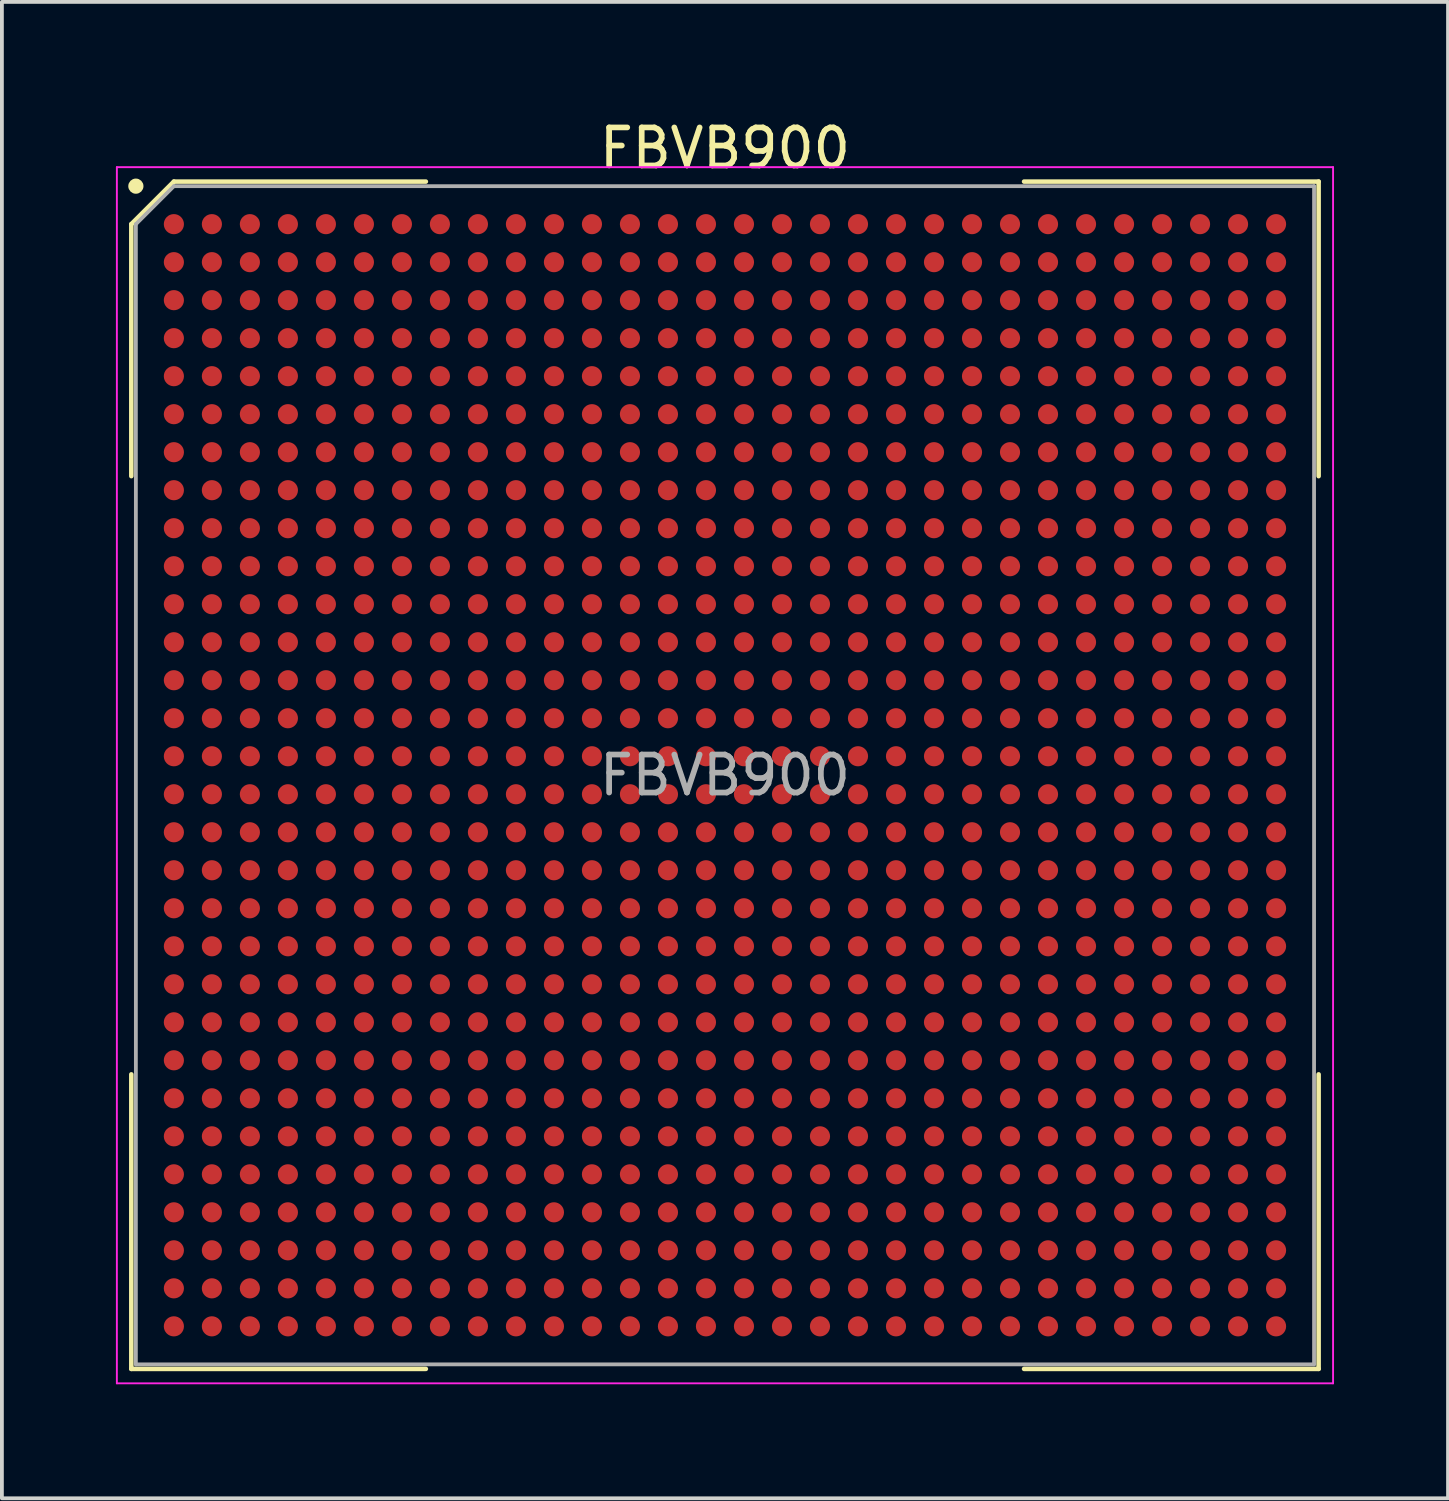
<source format=kicad_pcb>
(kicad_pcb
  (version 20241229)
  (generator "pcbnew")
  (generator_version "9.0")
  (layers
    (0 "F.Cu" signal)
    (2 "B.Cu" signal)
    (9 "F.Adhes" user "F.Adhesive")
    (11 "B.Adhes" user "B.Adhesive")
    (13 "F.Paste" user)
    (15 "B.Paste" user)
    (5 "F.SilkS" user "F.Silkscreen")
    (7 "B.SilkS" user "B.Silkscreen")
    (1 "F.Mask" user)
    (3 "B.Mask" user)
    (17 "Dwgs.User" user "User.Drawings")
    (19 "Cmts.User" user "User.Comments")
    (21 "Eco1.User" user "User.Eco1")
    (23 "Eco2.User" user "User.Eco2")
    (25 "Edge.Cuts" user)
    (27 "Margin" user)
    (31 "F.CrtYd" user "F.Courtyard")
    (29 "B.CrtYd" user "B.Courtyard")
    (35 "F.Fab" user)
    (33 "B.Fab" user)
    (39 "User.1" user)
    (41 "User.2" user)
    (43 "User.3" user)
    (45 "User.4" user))
  (footprint "FBVB900"
    (layer "F.Cu")
    (at 16.025 17.348)
    (property "Reference" "FBVB900" (at 0 -16.5 0) (layer "F.SilkS") (effects (font (size 1 1) (thickness 0.15))))
    (attr smd)
    (fp_line (start -15.62 -14.5) (end -15.62 -7.87) (stroke (width 0.12) (type default)) (layer "F.SilkS"))
    (fp_line (start -15.62 15.62) (end -15.62 7.87) (stroke (width 0.12) (type default)) (layer "F.SilkS"))
    (fp_line (start -14.5 -15.62) (end -15.62 -14.5) (stroke (width 0.12) (type default)) (layer "F.SilkS"))
    (fp_line (start -7.87 -15.62) (end -14.5 -15.62) (stroke (width 0.12) (type default)) (layer "F.SilkS"))
    (fp_line (start -7.87 15.62) (end -15.62 15.62) (stroke (width 0.12) (type default)) (layer "F.SilkS"))
    (fp_line (start 7.87 -15.62) (end 15.62 -15.62) (stroke (width 0.12) (type default)) (layer "F.SilkS"))
    (fp_line (start 7.87 15.62) (end 15.62 15.62) (stroke (width 0.12) (type default)) (layer "F.SilkS"))
    (fp_line (start 15.62 -15.62) (end 15.62 -7.87) (stroke (width 0.12) (type default)) (layer "F.SilkS"))
    (fp_line (start 15.62 15.62) (end 15.62 7.87) (stroke (width 0.12) (type default)) (layer "F.SilkS"))
    (fp_circle (center -15.5 -15.5) (end -15.5 -15.4) (stroke (width 0.2) (type default)) (fill no) (layer "F.SilkS"))
    (fp_line (start -16 -16) (end 16 -16) (stroke (width 0.05) (type default)) (layer "F.CrtYd"))
    (fp_line (start -16 16) (end -16 -16) (stroke (width 0.05) (type default)) (layer "F.CrtYd"))
    (fp_line (start 16 -16) (end 16 16) (stroke (width 0.05) (type default)) (layer "F.CrtYd"))
    (fp_line (start 16 16) (end -16 16) (stroke (width 0.05) (type default)) (layer "F.CrtYd"))
    (fp_line (start -15.5 -14.5) (end -15.5 15.5) (stroke (width 0.1) (type default)) (layer "F.Fab"))
    (fp_line (start -15.5 15.5) (end 15.5 15.5) (stroke (width 0.1) (type default)) (layer "F.Fab"))
    (fp_line (start -14.5 -15.5) (end -15.5 -14.5) (stroke (width 0.1) (type default)) (layer "F.Fab"))
    (fp_line (start 15.5 -15.5) (end -14.5 -15.5) (stroke (width 0.1) (type default)) (layer "F.Fab"))
    (fp_line (start 15.5 15.5) (end 15.5 -15.5) (stroke (width 0.1) (type default)) (layer "F.Fab"))
    (fp_text user "${REFERENCE}" (at 0 0 0) (layer "F.Fab") (effects (font (size 1 1) (thickness 0.15))))
    (pad "A1" smd circle (at -14.5 -14.5) (size 0.53 0.53) (layers "F.Cu" "F.Mask" "F.Paste"))
    (pad "A2" smd circle (at -13.5 -14.5) (size 0.53 0.53) (layers "F.Cu" "F.Mask" "F.Paste"))
    (pad "A3" smd circle (at -12.5 -14.5) (size 0.53 0.53) (layers "F.Cu" "F.Mask" "F.Paste"))
    (pad "A4" smd circle (at -11.5 -14.5) (size 0.53 0.53) (layers "F.Cu" "F.Mask" "F.Paste"))
    (pad "A5" smd circle (at -10.5 -14.5) (size 0.53 0.53) (layers "F.Cu" "F.Mask" "F.Paste"))
    (pad "A6" smd circle (at -9.5 -14.5) (size 0.53 0.53) (layers "F.Cu" "F.Mask" "F.Paste"))
    (pad "A7" smd circle (at -8.5 -14.5) (size 0.53 0.53) (layers "F.Cu" "F.Mask" "F.Paste"))
    (pad "A8" smd circle (at -7.5 -14.5) (size 0.53 0.53) (layers "F.Cu" "F.Mask" "F.Paste"))
    (pad "A9" smd circle (at -6.5 -14.5) (size 0.53 0.53) (layers "F.Cu" "F.Mask" "F.Paste"))
    (pad "A10" smd circle (at -5.5 -14.5) (size 0.53 0.53) (layers "F.Cu" "F.Mask" "F.Paste"))
    (pad "A11" smd circle (at -4.5 -14.5) (size 0.53 0.53) (layers "F.Cu" "F.Mask" "F.Paste"))
    (pad "A12" smd circle (at -3.5 -14.5) (size 0.53 0.53) (layers "F.Cu" "F.Mask" "F.Paste"))
    (pad "A13" smd circle (at -2.5 -14.5) (size 0.53 0.53) (layers "F.Cu" "F.Mask" "F.Paste"))
    (pad "A14" smd circle (at -1.5 -14.5) (size 0.53 0.53) (layers "F.Cu" "F.Mask" "F.Paste"))
    (pad "A15" smd circle (at -0.5 -14.5) (size 0.53 0.53) (layers "F.Cu" "F.Mask" "F.Paste"))
    (pad "A16" smd circle (at 0.5 -14.5) (size 0.53 0.53) (layers "F.Cu" "F.Mask" "F.Paste"))
    (pad "A17" smd circle (at 1.5 -14.5) (size 0.53 0.53) (layers "F.Cu" "F.Mask" "F.Paste"))
    (pad "A18" smd circle (at 2.5 -14.5) (size 0.53 0.53) (layers "F.Cu" "F.Mask" "F.Paste"))
    (pad "A19" smd circle (at 3.5 -14.5) (size 0.53 0.53) (layers "F.Cu" "F.Mask" "F.Paste"))
    (pad "A20" smd circle (at 4.5 -14.5) (size 0.53 0.53) (layers "F.Cu" "F.Mask" "F.Paste"))
    (pad "A21" smd circle (at 5.5 -14.5) (size 0.53 0.53) (layers "F.Cu" "F.Mask" "F.Paste"))
    (pad "A22" smd circle (at 6.5 -14.5) (size 0.53 0.53) (layers "F.Cu" "F.Mask" "F.Paste"))
    (pad "A23" smd circle (at 7.5 -14.5) (size 0.53 0.53) (layers "F.Cu" "F.Mask" "F.Paste"))
    (pad "A24" smd circle (at 8.5 -14.5) (size 0.53 0.53) (layers "F.Cu" "F.Mask" "F.Paste"))
    (pad "A25" smd circle (at 9.5 -14.5) (size 0.53 0.53) (layers "F.Cu" "F.Mask" "F.Paste"))
    (pad "A26" smd circle (at 10.5 -14.5) (size 0.53 0.53) (layers "F.Cu" "F.Mask" "F.Paste"))
    (pad "A27" smd circle (at 11.5 -14.5) (size 0.53 0.53) (layers "F.Cu" "F.Mask" "F.Paste"))
    (pad "A28" smd circle (at 12.5 -14.5) (size 0.53 0.53) (layers "F.Cu" "F.Mask" "F.Paste"))
    (pad "A29" smd circle (at 13.5 -14.5) (size 0.53 0.53) (layers "F.Cu" "F.Mask" "F.Paste"))
    (pad "A30" smd circle (at 14.5 -14.5) (size 0.53 0.53) (layers "F.Cu" "F.Mask" "F.Paste"))
    (pad "AA1" smd circle (at -14.5 5.5) (size 0.53 0.53) (layers "F.Cu" "F.Mask" "F.Paste"))
    (pad "AA2" smd circle (at -13.5 5.5) (size 0.53 0.53) (layers "F.Cu" "F.Mask" "F.Paste"))
    (pad "AA3" smd circle (at -12.5 5.5) (size 0.53 0.53) (layers "F.Cu" "F.Mask" "F.Paste"))
    (pad "AA4" smd circle (at -11.5 5.5) (size 0.53 0.53) (layers "F.Cu" "F.Mask" "F.Paste"))
    (pad "AA5" smd circle (at -10.5 5.5) (size 0.53 0.53) (layers "F.Cu" "F.Mask" "F.Paste"))
    (pad "AA6" smd circle (at -9.5 5.5) (size 0.53 0.53) (layers "F.Cu" "F.Mask" "F.Paste"))
    (pad "AA7" smd circle (at -8.5 5.5) (size 0.53 0.53) (layers "F.Cu" "F.Mask" "F.Paste"))
    (pad "AA8" smd circle (at -7.5 5.5) (size 0.53 0.53) (layers "F.Cu" "F.Mask" "F.Paste"))
    (pad "AA9" smd circle (at -6.5 5.5) (size 0.53 0.53) (layers "F.Cu" "F.Mask" "F.Paste"))
    (pad "AA10" smd circle (at -5.5 5.5) (size 0.53 0.53) (layers "F.Cu" "F.Mask" "F.Paste"))
    (pad "AA11" smd circle (at -4.5 5.5) (size 0.53 0.53) (layers "F.Cu" "F.Mask" "F.Paste"))
    (pad "AA12" smd circle (at -3.5 5.5) (size 0.53 0.53) (layers "F.Cu" "F.Mask" "F.Paste"))
    (pad "AA13" smd circle (at -2.5 5.5) (size 0.53 0.53) (layers "F.Cu" "F.Mask" "F.Paste"))
    (pad "AA14" smd circle (at -1.5 5.5) (size 0.53 0.53) (layers "F.Cu" "F.Mask" "F.Paste"))
    (pad "AA15" smd circle (at -0.5 5.5) (size 0.53 0.53) (layers "F.Cu" "F.Mask" "F.Paste"))
    (pad "AA16" smd circle (at 0.5 5.5) (size 0.53 0.53) (layers "F.Cu" "F.Mask" "F.Paste"))
    (pad "AA17" smd circle (at 1.5 5.5) (size 0.53 0.53) (layers "F.Cu" "F.Mask" "F.Paste"))
    (pad "AA18" smd circle (at 2.5 5.5) (size 0.53 0.53) (layers "F.Cu" "F.Mask" "F.Paste"))
    (pad "AA19" smd circle (at 3.5 5.5) (size 0.53 0.53) (layers "F.Cu" "F.Mask" "F.Paste"))
    (pad "AA20" smd circle (at 4.5 5.5) (size 0.53 0.53) (layers "F.Cu" "F.Mask" "F.Paste"))
    (pad "AA21" smd circle (at 5.5 5.5) (size 0.53 0.53) (layers "F.Cu" "F.Mask" "F.Paste"))
    (pad "AA22" smd circle (at 6.5 5.5) (size 0.53 0.53) (layers "F.Cu" "F.Mask" "F.Paste"))
    (pad "AA23" smd circle (at 7.5 5.5) (size 0.53 0.53) (layers "F.Cu" "F.Mask" "F.Paste"))
    (pad "AA24" smd circle (at 8.5 5.5) (size 0.53 0.53) (layers "F.Cu" "F.Mask" "F.Paste"))
    (pad "AA25" smd circle (at 9.5 5.5) (size 0.53 0.53) (layers "F.Cu" "F.Mask" "F.Paste"))
    (pad "AA26" smd circle (at 10.5 5.5) (size 0.53 0.53) (layers "F.Cu" "F.Mask" "F.Paste"))
    (pad "AA27" smd circle (at 11.5 5.5) (size 0.53 0.53) (layers "F.Cu" "F.Mask" "F.Paste"))
    (pad "AA28" smd circle (at 12.5 5.5) (size 0.53 0.53) (layers "F.Cu" "F.Mask" "F.Paste"))
    (pad "AA29" smd circle (at 13.5 5.5) (size 0.53 0.53) (layers "F.Cu" "F.Mask" "F.Paste"))
    (pad "AA30" smd circle (at 14.5 5.5) (size 0.53 0.53) (layers "F.Cu" "F.Mask" "F.Paste"))
    (pad "AB1" smd circle (at -14.5 6.5) (size 0.53 0.53) (layers "F.Cu" "F.Mask" "F.Paste"))
    (pad "AB2" smd circle (at -13.5 6.5) (size 0.53 0.53) (layers "F.Cu" "F.Mask" "F.Paste"))
    (pad "AB3" smd circle (at -12.5 6.5) (size 0.53 0.53) (layers "F.Cu" "F.Mask" "F.Paste"))
    (pad "AB4" smd circle (at -11.5 6.5) (size 0.53 0.53) (layers "F.Cu" "F.Mask" "F.Paste"))
    (pad "AB5" smd circle (at -10.5 6.5) (size 0.53 0.53) (layers "F.Cu" "F.Mask" "F.Paste"))
    (pad "AB6" smd circle (at -9.5 6.5) (size 0.53 0.53) (layers "F.Cu" "F.Mask" "F.Paste"))
    (pad "AB7" smd circle (at -8.5 6.5) (size 0.53 0.53) (layers "F.Cu" "F.Mask" "F.Paste"))
    (pad "AB8" smd circle (at -7.5 6.5) (size 0.53 0.53) (layers "F.Cu" "F.Mask" "F.Paste"))
    (pad "AB9" smd circle (at -6.5 6.5) (size 0.53 0.53) (layers "F.Cu" "F.Mask" "F.Paste"))
    (pad "AB10" smd circle (at -5.5 6.5) (size 0.53 0.53) (layers "F.Cu" "F.Mask" "F.Paste"))
    (pad "AB11" smd circle (at -4.5 6.5) (size 0.53 0.53) (layers "F.Cu" "F.Mask" "F.Paste"))
    (pad "AB12" smd circle (at -3.5 6.5) (size 0.53 0.53) (layers "F.Cu" "F.Mask" "F.Paste"))
    (pad "AB13" smd circle (at -2.5 6.5) (size 0.53 0.53) (layers "F.Cu" "F.Mask" "F.Paste"))
    (pad "AB14" smd circle (at -1.5 6.5) (size 0.53 0.53) (layers "F.Cu" "F.Mask" "F.Paste"))
    (pad "AB15" smd circle (at -0.5 6.5) (size 0.53 0.53) (layers "F.Cu" "F.Mask" "F.Paste"))
    (pad "AB16" smd circle (at 0.5 6.5) (size 0.53 0.53) (layers "F.Cu" "F.Mask" "F.Paste"))
    (pad "AB17" smd circle (at 1.5 6.5) (size 0.53 0.53) (layers "F.Cu" "F.Mask" "F.Paste"))
    (pad "AB18" smd circle (at 2.5 6.5) (size 0.53 0.53) (layers "F.Cu" "F.Mask" "F.Paste"))
    (pad "AB19" smd circle (at 3.5 6.5) (size 0.53 0.53) (layers "F.Cu" "F.Mask" "F.Paste"))
    (pad "AB20" smd circle (at 4.5 6.5) (size 0.53 0.53) (layers "F.Cu" "F.Mask" "F.Paste"))
    (pad "AB21" smd circle (at 5.5 6.5) (size 0.53 0.53) (layers "F.Cu" "F.Mask" "F.Paste"))
    (pad "AB22" smd circle (at 6.5 6.5) (size 0.53 0.53) (layers "F.Cu" "F.Mask" "F.Paste"))
    (pad "AB23" smd circle (at 7.5 6.5) (size 0.53 0.53) (layers "F.Cu" "F.Mask" "F.Paste"))
    (pad "AB24" smd circle (at 8.5 6.5) (size 0.53 0.53) (layers "F.Cu" "F.Mask" "F.Paste"))
    (pad "AB25" smd circle (at 9.5 6.5) (size 0.53 0.53) (layers "F.Cu" "F.Mask" "F.Paste"))
    (pad "AB26" smd circle (at 10.5 6.5) (size 0.53 0.53) (layers "F.Cu" "F.Mask" "F.Paste"))
    (pad "AB27" smd circle (at 11.5 6.5) (size 0.53 0.53) (layers "F.Cu" "F.Mask" "F.Paste"))
    (pad "AB28" smd circle (at 12.5 6.5) (size 0.53 0.53) (layers "F.Cu" "F.Mask" "F.Paste"))
    (pad "AB29" smd circle (at 13.5 6.5) (size 0.53 0.53) (layers "F.Cu" "F.Mask" "F.Paste"))
    (pad "AB30" smd circle (at 14.5 6.5) (size 0.53 0.53) (layers "F.Cu" "F.Mask" "F.Paste"))
    (pad "AC1" smd circle (at -14.5 7.5) (size 0.53 0.53) (layers "F.Cu" "F.Mask" "F.Paste"))
    (pad "AC2" smd circle (at -13.5 7.5) (size 0.53 0.53) (layers "F.Cu" "F.Mask" "F.Paste"))
    (pad "AC3" smd circle (at -12.5 7.5) (size 0.53 0.53) (layers "F.Cu" "F.Mask" "F.Paste"))
    (pad "AC4" smd circle (at -11.5 7.5) (size 0.53 0.53) (layers "F.Cu" "F.Mask" "F.Paste"))
    (pad "AC5" smd circle (at -10.5 7.5) (size 0.53 0.53) (layers "F.Cu" "F.Mask" "F.Paste"))
    (pad "AC6" smd circle (at -9.5 7.5) (size 0.53 0.53) (layers "F.Cu" "F.Mask" "F.Paste"))
    (pad "AC7" smd circle (at -8.5 7.5) (size 0.53 0.53) (layers "F.Cu" "F.Mask" "F.Paste"))
    (pad "AC8" smd circle (at -7.5 7.5) (size 0.53 0.53) (layers "F.Cu" "F.Mask" "F.Paste"))
    (pad "AC9" smd circle (at -6.5 7.5) (size 0.53 0.53) (layers "F.Cu" "F.Mask" "F.Paste"))
    (pad "AC10" smd circle (at -5.5 7.5) (size 0.53 0.53) (layers "F.Cu" "F.Mask" "F.Paste"))
    (pad "AC11" smd circle (at -4.5 7.5) (size 0.53 0.53) (layers "F.Cu" "F.Mask" "F.Paste"))
    (pad "AC12" smd circle (at -3.5 7.5) (size 0.53 0.53) (layers "F.Cu" "F.Mask" "F.Paste"))
    (pad "AC13" smd circle (at -2.5 7.5) (size 0.53 0.53) (layers "F.Cu" "F.Mask" "F.Paste"))
    (pad "AC14" smd circle (at -1.5 7.5) (size 0.53 0.53) (layers "F.Cu" "F.Mask" "F.Paste"))
    (pad "AC15" smd circle (at -0.5 7.5) (size 0.53 0.53) (layers "F.Cu" "F.Mask" "F.Paste"))
    (pad "AC16" smd circle (at 0.5 7.5) (size 0.53 0.53) (layers "F.Cu" "F.Mask" "F.Paste"))
    (pad "AC17" smd circle (at 1.5 7.5) (size 0.53 0.53) (layers "F.Cu" "F.Mask" "F.Paste"))
    (pad "AC18" smd circle (at 2.5 7.5) (size 0.53 0.53) (layers "F.Cu" "F.Mask" "F.Paste"))
    (pad "AC19" smd circle (at 3.5 7.5) (size 0.53 0.53) (layers "F.Cu" "F.Mask" "F.Paste"))
    (pad "AC20" smd circle (at 4.5 7.5) (size 0.53 0.53) (layers "F.Cu" "F.Mask" "F.Paste"))
    (pad "AC21" smd circle (at 5.5 7.5) (size 0.53 0.53) (layers "F.Cu" "F.Mask" "F.Paste"))
    (pad "AC22" smd circle (at 6.5 7.5) (size 0.53 0.53) (layers "F.Cu" "F.Mask" "F.Paste"))
    (pad "AC23" smd circle (at 7.5 7.5) (size 0.53 0.53) (layers "F.Cu" "F.Mask" "F.Paste"))
    (pad "AC24" smd circle (at 8.5 7.5) (size 0.53 0.53) (layers "F.Cu" "F.Mask" "F.Paste"))
    (pad "AC25" smd circle (at 9.5 7.5) (size 0.53 0.53) (layers "F.Cu" "F.Mask" "F.Paste"))
    (pad "AC26" smd circle (at 10.5 7.5) (size 0.53 0.53) (layers "F.Cu" "F.Mask" "F.Paste"))
    (pad "AC27" smd circle (at 11.5 7.5) (size 0.53 0.53) (layers "F.Cu" "F.Mask" "F.Paste"))
    (pad "AC28" smd circle (at 12.5 7.5) (size 0.53 0.53) (layers "F.Cu" "F.Mask" "F.Paste"))
    (pad "AC29" smd circle (at 13.5 7.5) (size 0.53 0.53) (layers "F.Cu" "F.Mask" "F.Paste"))
    (pad "AC30" smd circle (at 14.5 7.5) (size 0.53 0.53) (layers "F.Cu" "F.Mask" "F.Paste"))
    (pad "AD1" smd circle (at -14.5 8.5) (size 0.53 0.53) (layers "F.Cu" "F.Mask" "F.Paste"))
    (pad "AD2" smd circle (at -13.5 8.5) (size 0.53 0.53) (layers "F.Cu" "F.Mask" "F.Paste"))
    (pad "AD3" smd circle (at -12.5 8.5) (size 0.53 0.53) (layers "F.Cu" "F.Mask" "F.Paste"))
    (pad "AD4" smd circle (at -11.5 8.5) (size 0.53 0.53) (layers "F.Cu" "F.Mask" "F.Paste"))
    (pad "AD5" smd circle (at -10.5 8.5) (size 0.53 0.53) (layers "F.Cu" "F.Mask" "F.Paste"))
    (pad "AD6" smd circle (at -9.5 8.5) (size 0.53 0.53) (layers "F.Cu" "F.Mask" "F.Paste"))
    (pad "AD7" smd circle (at -8.5 8.5) (size 0.53 0.53) (layers "F.Cu" "F.Mask" "F.Paste"))
    (pad "AD8" smd circle (at -7.5 8.5) (size 0.53 0.53) (layers "F.Cu" "F.Mask" "F.Paste"))
    (pad "AD9" smd circle (at -6.5 8.5) (size 0.53 0.53) (layers "F.Cu" "F.Mask" "F.Paste"))
    (pad "AD10" smd circle (at -5.5 8.5) (size 0.53 0.53) (layers "F.Cu" "F.Mask" "F.Paste"))
    (pad "AD11" smd circle (at -4.5 8.5) (size 0.53 0.53) (layers "F.Cu" "F.Mask" "F.Paste"))
    (pad "AD12" smd circle (at -3.5 8.5) (size 0.53 0.53) (layers "F.Cu" "F.Mask" "F.Paste"))
    (pad "AD13" smd circle (at -2.5 8.5) (size 0.53 0.53) (layers "F.Cu" "F.Mask" "F.Paste"))
    (pad "AD14" smd circle (at -1.5 8.5) (size 0.53 0.53) (layers "F.Cu" "F.Mask" "F.Paste"))
    (pad "AD15" smd circle (at -0.5 8.5) (size 0.53 0.53) (layers "F.Cu" "F.Mask" "F.Paste"))
    (pad "AD16" smd circle (at 0.5 8.5) (size 0.53 0.53) (layers "F.Cu" "F.Mask" "F.Paste"))
    (pad "AD17" smd circle (at 1.5 8.5) (size 0.53 0.53) (layers "F.Cu" "F.Mask" "F.Paste"))
    (pad "AD18" smd circle (at 2.5 8.5) (size 0.53 0.53) (layers "F.Cu" "F.Mask" "F.Paste"))
    (pad "AD19" smd circle (at 3.5 8.5) (size 0.53 0.53) (layers "F.Cu" "F.Mask" "F.Paste"))
    (pad "AD20" smd circle (at 4.5 8.5) (size 0.53 0.53) (layers "F.Cu" "F.Mask" "F.Paste"))
    (pad "AD21" smd circle (at 5.5 8.5) (size 0.53 0.53) (layers "F.Cu" "F.Mask" "F.Paste"))
    (pad "AD22" smd circle (at 6.5 8.5) (size 0.53 0.53) (layers "F.Cu" "F.Mask" "F.Paste"))
    (pad "AD23" smd circle (at 7.5 8.5) (size 0.53 0.53) (layers "F.Cu" "F.Mask" "F.Paste"))
    (pad "AD24" smd circle (at 8.5 8.5) (size 0.53 0.53) (layers "F.Cu" "F.Mask" "F.Paste"))
    (pad "AD25" smd circle (at 9.5 8.5) (size 0.53 0.53) (layers "F.Cu" "F.Mask" "F.Paste"))
    (pad "AD26" smd circle (at 10.5 8.5) (size 0.53 0.53) (layers "F.Cu" "F.Mask" "F.Paste"))
    (pad "AD27" smd circle (at 11.5 8.5) (size 0.53 0.53) (layers "F.Cu" "F.Mask" "F.Paste"))
    (pad "AD28" smd circle (at 12.5 8.5) (size 0.53 0.53) (layers "F.Cu" "F.Mask" "F.Paste"))
    (pad "AD29" smd circle (at 13.5 8.5) (size 0.53 0.53) (layers "F.Cu" "F.Mask" "F.Paste"))
    (pad "AD30" smd circle (at 14.5 8.5) (size 0.53 0.53) (layers "F.Cu" "F.Mask" "F.Paste"))
    (pad "AE1" smd circle (at -14.5 9.5) (size 0.53 0.53) (layers "F.Cu" "F.Mask" "F.Paste"))
    (pad "AE2" smd circle (at -13.5 9.5) (size 0.53 0.53) (layers "F.Cu" "F.Mask" "F.Paste"))
    (pad "AE3" smd circle (at -12.5 9.5) (size 0.53 0.53) (layers "F.Cu" "F.Mask" "F.Paste"))
    (pad "AE4" smd circle (at -11.5 9.5) (size 0.53 0.53) (layers "F.Cu" "F.Mask" "F.Paste"))
    (pad "AE5" smd circle (at -10.5 9.5) (size 0.53 0.53) (layers "F.Cu" "F.Mask" "F.Paste"))
    (pad "AE6" smd circle (at -9.5 9.5) (size 0.53 0.53) (layers "F.Cu" "F.Mask" "F.Paste"))
    (pad "AE7" smd circle (at -8.5 9.5) (size 0.53 0.53) (layers "F.Cu" "F.Mask" "F.Paste"))
    (pad "AE8" smd circle (at -7.5 9.5) (size 0.53 0.53) (layers "F.Cu" "F.Mask" "F.Paste"))
    (pad "AE9" smd circle (at -6.5 9.5) (size 0.53 0.53) (layers "F.Cu" "F.Mask" "F.Paste"))
    (pad "AE10" smd circle (at -5.5 9.5) (size 0.53 0.53) (layers "F.Cu" "F.Mask" "F.Paste"))
    (pad "AE11" smd circle (at -4.5 9.5) (size 0.53 0.53) (layers "F.Cu" "F.Mask" "F.Paste"))
    (pad "AE12" smd circle (at -3.5 9.5) (size 0.53 0.53) (layers "F.Cu" "F.Mask" "F.Paste"))
    (pad "AE13" smd circle (at -2.5 9.5) (size 0.53 0.53) (layers "F.Cu" "F.Mask" "F.Paste"))
    (pad "AE14" smd circle (at -1.5 9.5) (size 0.53 0.53) (layers "F.Cu" "F.Mask" "F.Paste"))
    (pad "AE15" smd circle (at -0.5 9.5) (size 0.53 0.53) (layers "F.Cu" "F.Mask" "F.Paste"))
    (pad "AE16" smd circle (at 0.5 9.5) (size 0.53 0.53) (layers "F.Cu" "F.Mask" "F.Paste"))
    (pad "AE17" smd circle (at 1.5 9.5) (size 0.53 0.53) (layers "F.Cu" "F.Mask" "F.Paste"))
    (pad "AE18" smd circle (at 2.5 9.5) (size 0.53 0.53) (layers "F.Cu" "F.Mask" "F.Paste"))
    (pad "AE19" smd circle (at 3.5 9.5) (size 0.53 0.53) (layers "F.Cu" "F.Mask" "F.Paste"))
    (pad "AE20" smd circle (at 4.5 9.5) (size 0.53 0.53) (layers "F.Cu" "F.Mask" "F.Paste"))
    (pad "AE21" smd circle (at 5.5 9.5) (size 0.53 0.53) (layers "F.Cu" "F.Mask" "F.Paste"))
    (pad "AE22" smd circle (at 6.5 9.5) (size 0.53 0.53) (layers "F.Cu" "F.Mask" "F.Paste"))
    (pad "AE23" smd circle (at 7.5 9.5) (size 0.53 0.53) (layers "F.Cu" "F.Mask" "F.Paste"))
    (pad "AE24" smd circle (at 8.5 9.5) (size 0.53 0.53) (layers "F.Cu" "F.Mask" "F.Paste"))
    (pad "AE25" smd circle (at 9.5 9.5) (size 0.53 0.53) (layers "F.Cu" "F.Mask" "F.Paste"))
    (pad "AE26" smd circle (at 10.5 9.5) (size 0.53 0.53) (layers "F.Cu" "F.Mask" "F.Paste"))
    (pad "AE27" smd circle (at 11.5 9.5) (size 0.53 0.53) (layers "F.Cu" "F.Mask" "F.Paste"))
    (pad "AE28" smd circle (at 12.5 9.5) (size 0.53 0.53) (layers "F.Cu" "F.Mask" "F.Paste"))
    (pad "AE29" smd circle (at 13.5 9.5) (size 0.53 0.53) (layers "F.Cu" "F.Mask" "F.Paste"))
    (pad "AE30" smd circle (at 14.5 9.5) (size 0.53 0.53) (layers "F.Cu" "F.Mask" "F.Paste"))
    (pad "AF1" smd circle (at -14.5 10.5) (size 0.53 0.53) (layers "F.Cu" "F.Mask" "F.Paste"))
    (pad "AF2" smd circle (at -13.5 10.5) (size 0.53 0.53) (layers "F.Cu" "F.Mask" "F.Paste"))
    (pad "AF3" smd circle (at -12.5 10.5) (size 0.53 0.53) (layers "F.Cu" "F.Mask" "F.Paste"))
    (pad "AF4" smd circle (at -11.5 10.5) (size 0.53 0.53) (layers "F.Cu" "F.Mask" "F.Paste"))
    (pad "AF5" smd circle (at -10.5 10.5) (size 0.53 0.53) (layers "F.Cu" "F.Mask" "F.Paste"))
    (pad "AF6" smd circle (at -9.5 10.5) (size 0.53 0.53) (layers "F.Cu" "F.Mask" "F.Paste"))
    (pad "AF7" smd circle (at -8.5 10.5) (size 0.53 0.53) (layers "F.Cu" "F.Mask" "F.Paste"))
    (pad "AF8" smd circle (at -7.5 10.5) (size 0.53 0.53) (layers "F.Cu" "F.Mask" "F.Paste"))
    (pad "AF9" smd circle (at -6.5 10.5) (size 0.53 0.53) (layers "F.Cu" "F.Mask" "F.Paste"))
    (pad "AF10" smd circle (at -5.5 10.5) (size 0.53 0.53) (layers "F.Cu" "F.Mask" "F.Paste"))
    (pad "AF11" smd circle (at -4.5 10.5) (size 0.53 0.53) (layers "F.Cu" "F.Mask" "F.Paste"))
    (pad "AF12" smd circle (at -3.5 10.5) (size 0.53 0.53) (layers "F.Cu" "F.Mask" "F.Paste"))
    (pad "AF13" smd circle (at -2.5 10.5) (size 0.53 0.53) (layers "F.Cu" "F.Mask" "F.Paste"))
    (pad "AF14" smd circle (at -1.5 10.5) (size 0.53 0.53) (layers "F.Cu" "F.Mask" "F.Paste"))
    (pad "AF15" smd circle (at -0.5 10.5) (size 0.53 0.53) (layers "F.Cu" "F.Mask" "F.Paste"))
    (pad "AF16" smd circle (at 0.5 10.5) (size 0.53 0.53) (layers "F.Cu" "F.Mask" "F.Paste"))
    (pad "AF17" smd circle (at 1.5 10.5) (size 0.53 0.53) (layers "F.Cu" "F.Mask" "F.Paste"))
    (pad "AF18" smd circle (at 2.5 10.5) (size 0.53 0.53) (layers "F.Cu" "F.Mask" "F.Paste"))
    (pad "AF19" smd circle (at 3.5 10.5) (size 0.53 0.53) (layers "F.Cu" "F.Mask" "F.Paste"))
    (pad "AF20" smd circle (at 4.5 10.5) (size 0.53 0.53) (layers "F.Cu" "F.Mask" "F.Paste"))
    (pad "AF21" smd circle (at 5.5 10.5) (size 0.53 0.53) (layers "F.Cu" "F.Mask" "F.Paste"))
    (pad "AF22" smd circle (at 6.5 10.5) (size 0.53 0.53) (layers "F.Cu" "F.Mask" "F.Paste"))
    (pad "AF23" smd circle (at 7.5 10.5) (size 0.53 0.53) (layers "F.Cu" "F.Mask" "F.Paste"))
    (pad "AF24" smd circle (at 8.5 10.5) (size 0.53 0.53) (layers "F.Cu" "F.Mask" "F.Paste"))
    (pad "AF25" smd circle (at 9.5 10.5) (size 0.53 0.53) (layers "F.Cu" "F.Mask" "F.Paste"))
    (pad "AF26" smd circle (at 10.5 10.5) (size 0.53 0.53) (layers "F.Cu" "F.Mask" "F.Paste"))
    (pad "AF27" smd circle (at 11.5 10.5) (size 0.53 0.53) (layers "F.Cu" "F.Mask" "F.Paste"))
    (pad "AF28" smd circle (at 12.5 10.5) (size 0.53 0.53) (layers "F.Cu" "F.Mask" "F.Paste"))
    (pad "AF29" smd circle (at 13.5 10.5) (size 0.53 0.53) (layers "F.Cu" "F.Mask" "F.Paste"))
    (pad "AF30" smd circle (at 14.5 10.5) (size 0.53 0.53) (layers "F.Cu" "F.Mask" "F.Paste"))
    (pad "AG1" smd circle (at -14.5 11.5) (size 0.53 0.53) (layers "F.Cu" "F.Mask" "F.Paste"))
    (pad "AG2" smd circle (at -13.5 11.5) (size 0.53 0.53) (layers "F.Cu" "F.Mask" "F.Paste"))
    (pad "AG3" smd circle (at -12.5 11.5) (size 0.53 0.53) (layers "F.Cu" "F.Mask" "F.Paste"))
    (pad "AG4" smd circle (at -11.5 11.5) (size 0.53 0.53) (layers "F.Cu" "F.Mask" "F.Paste"))
    (pad "AG5" smd circle (at -10.5 11.5) (size 0.53 0.53) (layers "F.Cu" "F.Mask" "F.Paste"))
    (pad "AG6" smd circle (at -9.5 11.5) (size 0.53 0.53) (layers "F.Cu" "F.Mask" "F.Paste"))
    (pad "AG7" smd circle (at -8.5 11.5) (size 0.53 0.53) (layers "F.Cu" "F.Mask" "F.Paste"))
    (pad "AG8" smd circle (at -7.5 11.5) (size 0.53 0.53) (layers "F.Cu" "F.Mask" "F.Paste"))
    (pad "AG9" smd circle (at -6.5 11.5) (size 0.53 0.53) (layers "F.Cu" "F.Mask" "F.Paste"))
    (pad "AG10" smd circle (at -5.5 11.5) (size 0.53 0.53) (layers "F.Cu" "F.Mask" "F.Paste"))
    (pad "AG11" smd circle (at -4.5 11.5) (size 0.53 0.53) (layers "F.Cu" "F.Mask" "F.Paste"))
    (pad "AG12" smd circle (at -3.5 11.5) (size 0.53 0.53) (layers "F.Cu" "F.Mask" "F.Paste"))
    (pad "AG13" smd circle (at -2.5 11.5) (size 0.53 0.53) (layers "F.Cu" "F.Mask" "F.Paste"))
    (pad "AG14" smd circle (at -1.5 11.5) (size 0.53 0.53) (layers "F.Cu" "F.Mask" "F.Paste"))
    (pad "AG15" smd circle (at -0.5 11.5) (size 0.53 0.53) (layers "F.Cu" "F.Mask" "F.Paste"))
    (pad "AG16" smd circle (at 0.5 11.5) (size 0.53 0.53) (layers "F.Cu" "F.Mask" "F.Paste"))
    (pad "AG17" smd circle (at 1.5 11.5) (size 0.53 0.53) (layers "F.Cu" "F.Mask" "F.Paste"))
    (pad "AG18" smd circle (at 2.5 11.5) (size 0.53 0.53) (layers "F.Cu" "F.Mask" "F.Paste"))
    (pad "AG19" smd circle (at 3.5 11.5) (size 0.53 0.53) (layers "F.Cu" "F.Mask" "F.Paste"))
    (pad "AG20" smd circle (at 4.5 11.5) (size 0.53 0.53) (layers "F.Cu" "F.Mask" "F.Paste"))
    (pad "AG21" smd circle (at 5.5 11.5) (size 0.53 0.53) (layers "F.Cu" "F.Mask" "F.Paste"))
    (pad "AG22" smd circle (at 6.5 11.5) (size 0.53 0.53) (layers "F.Cu" "F.Mask" "F.Paste"))
    (pad "AG23" smd circle (at 7.5 11.5) (size 0.53 0.53) (layers "F.Cu" "F.Mask" "F.Paste"))
    (pad "AG24" smd circle (at 8.5 11.5) (size 0.53 0.53) (layers "F.Cu" "F.Mask" "F.Paste"))
    (pad "AG25" smd circle (at 9.5 11.5) (size 0.53 0.53) (layers "F.Cu" "F.Mask" "F.Paste"))
    (pad "AG26" smd circle (at 10.5 11.5) (size 0.53 0.53) (layers "F.Cu" "F.Mask" "F.Paste"))
    (pad "AG27" smd circle (at 11.5 11.5) (size 0.53 0.53) (layers "F.Cu" "F.Mask" "F.Paste"))
    (pad "AG28" smd circle (at 12.5 11.5) (size 0.53 0.53) (layers "F.Cu" "F.Mask" "F.Paste"))
    (pad "AG29" smd circle (at 13.5 11.5) (size 0.53 0.53) (layers "F.Cu" "F.Mask" "F.Paste"))
    (pad "AG30" smd circle (at 14.5 11.5) (size 0.53 0.53) (layers "F.Cu" "F.Mask" "F.Paste"))
    (pad "AH1" smd circle (at -14.5 12.5) (size 0.53 0.53) (layers "F.Cu" "F.Mask" "F.Paste"))
    (pad "AH2" smd circle (at -13.5 12.5) (size 0.53 0.53) (layers "F.Cu" "F.Mask" "F.Paste"))
    (pad "AH3" smd circle (at -12.5 12.5) (size 0.53 0.53) (layers "F.Cu" "F.Mask" "F.Paste"))
    (pad "AH4" smd circle (at -11.5 12.5) (size 0.53 0.53) (layers "F.Cu" "F.Mask" "F.Paste"))
    (pad "AH5" smd circle (at -10.5 12.5) (size 0.53 0.53) (layers "F.Cu" "F.Mask" "F.Paste"))
    (pad "AH6" smd circle (at -9.5 12.5) (size 0.53 0.53) (layers "F.Cu" "F.Mask" "F.Paste"))
    (pad "AH7" smd circle (at -8.5 12.5) (size 0.53 0.53) (layers "F.Cu" "F.Mask" "F.Paste"))
    (pad "AH8" smd circle (at -7.5 12.5) (size 0.53 0.53) (layers "F.Cu" "F.Mask" "F.Paste"))
    (pad "AH9" smd circle (at -6.5 12.5) (size 0.53 0.53) (layers "F.Cu" "F.Mask" "F.Paste"))
    (pad "AH10" smd circle (at -5.5 12.5) (size 0.53 0.53) (layers "F.Cu" "F.Mask" "F.Paste"))
    (pad "AH11" smd circle (at -4.5 12.5) (size 0.53 0.53) (layers "F.Cu" "F.Mask" "F.Paste"))
    (pad "AH12" smd circle (at -3.5 12.5) (size 0.53 0.53) (layers "F.Cu" "F.Mask" "F.Paste"))
    (pad "AH13" smd circle (at -2.5 12.5) (size 0.53 0.53) (layers "F.Cu" "F.Mask" "F.Paste"))
    (pad "AH14" smd circle (at -1.5 12.5) (size 0.53 0.53) (layers "F.Cu" "F.Mask" "F.Paste"))
    (pad "AH15" smd circle (at -0.5 12.5) (size 0.53 0.53) (layers "F.Cu" "F.Mask" "F.Paste"))
    (pad "AH16" smd circle (at 0.5 12.5) (size 0.53 0.53) (layers "F.Cu" "F.Mask" "F.Paste"))
    (pad "AH17" smd circle (at 1.5 12.5) (size 0.53 0.53) (layers "F.Cu" "F.Mask" "F.Paste"))
    (pad "AH18" smd circle (at 2.5 12.5) (size 0.53 0.53) (layers "F.Cu" "F.Mask" "F.Paste"))
    (pad "AH19" smd circle (at 3.5 12.5) (size 0.53 0.53) (layers "F.Cu" "F.Mask" "F.Paste"))
    (pad "AH20" smd circle (at 4.5 12.5) (size 0.53 0.53) (layers "F.Cu" "F.Mask" "F.Paste"))
    (pad "AH21" smd circle (at 5.5 12.5) (size 0.53 0.53) (layers "F.Cu" "F.Mask" "F.Paste"))
    (pad "AH22" smd circle (at 6.5 12.5) (size 0.53 0.53) (layers "F.Cu" "F.Mask" "F.Paste"))
    (pad "AH23" smd circle (at 7.5 12.5) (size 0.53 0.53) (layers "F.Cu" "F.Mask" "F.Paste"))
    (pad "AH24" smd circle (at 8.5 12.5) (size 0.53 0.53) (layers "F.Cu" "F.Mask" "F.Paste"))
    (pad "AH25" smd circle (at 9.5 12.5) (size 0.53 0.53) (layers "F.Cu" "F.Mask" "F.Paste"))
    (pad "AH26" smd circle (at 10.5 12.5) (size 0.53 0.53) (layers "F.Cu" "F.Mask" "F.Paste"))
    (pad "AH27" smd circle (at 11.5 12.5) (size 0.53 0.53) (layers "F.Cu" "F.Mask" "F.Paste"))
    (pad "AH28" smd circle (at 12.5 12.5) (size 0.53 0.53) (layers "F.Cu" "F.Mask" "F.Paste"))
    (pad "AH29" smd circle (at 13.5 12.5) (size 0.53 0.53) (layers "F.Cu" "F.Mask" "F.Paste"))
    (pad "AH30" smd circle (at 14.5 12.5) (size 0.53 0.53) (layers "F.Cu" "F.Mask" "F.Paste"))
    (pad "AJ1" smd circle (at -14.5 13.5) (size 0.53 0.53) (layers "F.Cu" "F.Mask" "F.Paste"))
    (pad "AJ2" smd circle (at -13.5 13.5) (size 0.53 0.53) (layers "F.Cu" "F.Mask" "F.Paste"))
    (pad "AJ3" smd circle (at -12.5 13.5) (size 0.53 0.53) (layers "F.Cu" "F.Mask" "F.Paste"))
    (pad "AJ4" smd circle (at -11.5 13.5) (size 0.53 0.53) (layers "F.Cu" "F.Mask" "F.Paste"))
    (pad "AJ5" smd circle (at -10.5 13.5) (size 0.53 0.53) (layers "F.Cu" "F.Mask" "F.Paste"))
    (pad "AJ6" smd circle (at -9.5 13.5) (size 0.53 0.53) (layers "F.Cu" "F.Mask" "F.Paste"))
    (pad "AJ7" smd circle (at -8.5 13.5) (size 0.53 0.53) (layers "F.Cu" "F.Mask" "F.Paste"))
    (pad "AJ8" smd circle (at -7.5 13.5) (size 0.53 0.53) (layers "F.Cu" "F.Mask" "F.Paste"))
    (pad "AJ9" smd circle (at -6.5 13.5) (size 0.53 0.53) (layers "F.Cu" "F.Mask" "F.Paste"))
    (pad "AJ10" smd circle (at -5.5 13.5) (size 0.53 0.53) (layers "F.Cu" "F.Mask" "F.Paste"))
    (pad "AJ11" smd circle (at -4.5 13.5) (size 0.53 0.53) (layers "F.Cu" "F.Mask" "F.Paste"))
    (pad "AJ12" smd circle (at -3.5 13.5) (size 0.53 0.53) (layers "F.Cu" "F.Mask" "F.Paste"))
    (pad "AJ13" smd circle (at -2.5 13.5) (size 0.53 0.53) (layers "F.Cu" "F.Mask" "F.Paste"))
    (pad "AJ14" smd circle (at -1.5 13.5) (size 0.53 0.53) (layers "F.Cu" "F.Mask" "F.Paste"))
    (pad "AJ15" smd circle (at -0.5 13.5) (size 0.53 0.53) (layers "F.Cu" "F.Mask" "F.Paste"))
    (pad "AJ16" smd circle (at 0.5 13.5) (size 0.53 0.53) (layers "F.Cu" "F.Mask" "F.Paste"))
    (pad "AJ17" smd circle (at 1.5 13.5) (size 0.53 0.53) (layers "F.Cu" "F.Mask" "F.Paste"))
    (pad "AJ18" smd circle (at 2.5 13.5) (size 0.53 0.53) (layers "F.Cu" "F.Mask" "F.Paste"))
    (pad "AJ19" smd circle (at 3.5 13.5) (size 0.53 0.53) (layers "F.Cu" "F.Mask" "F.Paste"))
    (pad "AJ20" smd circle (at 4.5 13.5) (size 0.53 0.53) (layers "F.Cu" "F.Mask" "F.Paste"))
    (pad "AJ21" smd circle (at 5.5 13.5) (size 0.53 0.53) (layers "F.Cu" "F.Mask" "F.Paste"))
    (pad "AJ22" smd circle (at 6.5 13.5) (size 0.53 0.53) (layers "F.Cu" "F.Mask" "F.Paste"))
    (pad "AJ23" smd circle (at 7.5 13.5) (size 0.53 0.53) (layers "F.Cu" "F.Mask" "F.Paste"))
    (pad "AJ24" smd circle (at 8.5 13.5) (size 0.53 0.53) (layers "F.Cu" "F.Mask" "F.Paste"))
    (pad "AJ25" smd circle (at 9.5 13.5) (size 0.53 0.53) (layers "F.Cu" "F.Mask" "F.Paste"))
    (pad "AJ26" smd circle (at 10.5 13.5) (size 0.53 0.53) (layers "F.Cu" "F.Mask" "F.Paste"))
    (pad "AJ27" smd circle (at 11.5 13.5) (size 0.53 0.53) (layers "F.Cu" "F.Mask" "F.Paste"))
    (pad "AJ28" smd circle (at 12.5 13.5) (size 0.53 0.53) (layers "F.Cu" "F.Mask" "F.Paste"))
    (pad "AJ29" smd circle (at 13.5 13.5) (size 0.53 0.53) (layers "F.Cu" "F.Mask" "F.Paste"))
    (pad "AJ30" smd circle (at 14.5 13.5) (size 0.53 0.53) (layers "F.Cu" "F.Mask" "F.Paste"))
    (pad "AK1" smd circle (at -14.5 14.5) (size 0.53 0.53) (layers "F.Cu" "F.Mask" "F.Paste"))
    (pad "AK2" smd circle (at -13.5 14.5) (size 0.53 0.53) (layers "F.Cu" "F.Mask" "F.Paste"))
    (pad "AK3" smd circle (at -12.5 14.5) (size 0.53 0.53) (layers "F.Cu" "F.Mask" "F.Paste"))
    (pad "AK4" smd circle (at -11.5 14.5) (size 0.53 0.53) (layers "F.Cu" "F.Mask" "F.Paste"))
    (pad "AK5" smd circle (at -10.5 14.5) (size 0.53 0.53) (layers "F.Cu" "F.Mask" "F.Paste"))
    (pad "AK6" smd circle (at -9.5 14.5) (size 0.53 0.53) (layers "F.Cu" "F.Mask" "F.Paste"))
    (pad "AK7" smd circle (at -8.5 14.5) (size 0.53 0.53) (layers "F.Cu" "F.Mask" "F.Paste"))
    (pad "AK8" smd circle (at -7.5 14.5) (size 0.53 0.53) (layers "F.Cu" "F.Mask" "F.Paste"))
    (pad "AK9" smd circle (at -6.5 14.5) (size 0.53 0.53) (layers "F.Cu" "F.Mask" "F.Paste"))
    (pad "AK10" smd circle (at -5.5 14.5) (size 0.53 0.53) (layers "F.Cu" "F.Mask" "F.Paste"))
    (pad "AK11" smd circle (at -4.5 14.5) (size 0.53 0.53) (layers "F.Cu" "F.Mask" "F.Paste"))
    (pad "AK12" smd circle (at -3.5 14.5) (size 0.53 0.53) (layers "F.Cu" "F.Mask" "F.Paste"))
    (pad "AK13" smd circle (at -2.5 14.5) (size 0.53 0.53) (layers "F.Cu" "F.Mask" "F.Paste"))
    (pad "AK14" smd circle (at -1.5 14.5) (size 0.53 0.53) (layers "F.Cu" "F.Mask" "F.Paste"))
    (pad "AK15" smd circle (at -0.5 14.5) (size 0.53 0.53) (layers "F.Cu" "F.Mask" "F.Paste"))
    (pad "AK16" smd circle (at 0.5 14.5) (size 0.53 0.53) (layers "F.Cu" "F.Mask" "F.Paste"))
    (pad "AK17" smd circle (at 1.5 14.5) (size 0.53 0.53) (layers "F.Cu" "F.Mask" "F.Paste"))
    (pad "AK18" smd circle (at 2.5 14.5) (size 0.53 0.53) (layers "F.Cu" "F.Mask" "F.Paste"))
    (pad "AK19" smd circle (at 3.5 14.5) (size 0.53 0.53) (layers "F.Cu" "F.Mask" "F.Paste"))
    (pad "AK20" smd circle (at 4.5 14.5) (size 0.53 0.53) (layers "F.Cu" "F.Mask" "F.Paste"))
    (pad "AK21" smd circle (at 5.5 14.5) (size 0.53 0.53) (layers "F.Cu" "F.Mask" "F.Paste"))
    (pad "AK22" smd circle (at 6.5 14.5) (size 0.53 0.53) (layers "F.Cu" "F.Mask" "F.Paste"))
    (pad "AK23" smd circle (at 7.5 14.5) (size 0.53 0.53) (layers "F.Cu" "F.Mask" "F.Paste"))
    (pad "AK24" smd circle (at 8.5 14.5) (size 0.53 0.53) (layers "F.Cu" "F.Mask" "F.Paste"))
    (pad "AK25" smd circle (at 9.5 14.5) (size 0.53 0.53) (layers "F.Cu" "F.Mask" "F.Paste"))
    (pad "AK26" smd circle (at 10.5 14.5) (size 0.53 0.53) (layers "F.Cu" "F.Mask" "F.Paste"))
    (pad "AK27" smd circle (at 11.5 14.5) (size 0.53 0.53) (layers "F.Cu" "F.Mask" "F.Paste"))
    (pad "AK28" smd circle (at 12.5 14.5) (size 0.53 0.53) (layers "F.Cu" "F.Mask" "F.Paste"))
    (pad "AK29" smd circle (at 13.5 14.5) (size 0.53 0.53) (layers "F.Cu" "F.Mask" "F.Paste"))
    (pad "AK30" smd circle (at 14.5 14.5) (size 0.53 0.53) (layers "F.Cu" "F.Mask" "F.Paste"))
    (pad "B1" smd circle (at -14.5 -13.5) (size 0.53 0.53) (layers "F.Cu" "F.Mask" "F.Paste"))
    (pad "B2" smd circle (at -13.5 -13.5) (size 0.53 0.53) (layers "F.Cu" "F.Mask" "F.Paste"))
    (pad "B3" smd circle (at -12.5 -13.5) (size 0.53 0.53) (layers "F.Cu" "F.Mask" "F.Paste"))
    (pad "B4" smd circle (at -11.5 -13.5) (size 0.53 0.53) (layers "F.Cu" "F.Mask" "F.Paste"))
    (pad "B5" smd circle (at -10.5 -13.5) (size 0.53 0.53) (layers "F.Cu" "F.Mask" "F.Paste"))
    (pad "B6" smd circle (at -9.5 -13.5) (size 0.53 0.53) (layers "F.Cu" "F.Mask" "F.Paste"))
    (pad "B7" smd circle (at -8.5 -13.5) (size 0.53 0.53) (layers "F.Cu" "F.Mask" "F.Paste"))
    (pad "B8" smd circle (at -7.5 -13.5) (size 0.53 0.53) (layers "F.Cu" "F.Mask" "F.Paste"))
    (pad "B9" smd circle (at -6.5 -13.5) (size 0.53 0.53) (layers "F.Cu" "F.Mask" "F.Paste"))
    (pad "B10" smd circle (at -5.5 -13.5) (size 0.53 0.53) (layers "F.Cu" "F.Mask" "F.Paste"))
    (pad "B11" smd circle (at -4.5 -13.5) (size 0.53 0.53) (layers "F.Cu" "F.Mask" "F.Paste"))
    (pad "B12" smd circle (at -3.5 -13.5) (size 0.53 0.53) (layers "F.Cu" "F.Mask" "F.Paste"))
    (pad "B13" smd circle (at -2.5 -13.5) (size 0.53 0.53) (layers "F.Cu" "F.Mask" "F.Paste"))
    (pad "B14" smd circle (at -1.5 -13.5) (size 0.53 0.53) (layers "F.Cu" "F.Mask" "F.Paste"))
    (pad "B15" smd circle (at -0.5 -13.5) (size 0.53 0.53) (layers "F.Cu" "F.Mask" "F.Paste"))
    (pad "B16" smd circle (at 0.5 -13.5) (size 0.53 0.53) (layers "F.Cu" "F.Mask" "F.Paste"))
    (pad "B17" smd circle (at 1.5 -13.5) (size 0.53 0.53) (layers "F.Cu" "F.Mask" "F.Paste"))
    (pad "B18" smd circle (at 2.5 -13.5) (size 0.53 0.53) (layers "F.Cu" "F.Mask" "F.Paste"))
    (pad "B19" smd circle (at 3.5 -13.5) (size 0.53 0.53) (layers "F.Cu" "F.Mask" "F.Paste"))
    (pad "B20" smd circle (at 4.5 -13.5) (size 0.53 0.53) (layers "F.Cu" "F.Mask" "F.Paste"))
    (pad "B21" smd circle (at 5.5 -13.5) (size 0.53 0.53) (layers "F.Cu" "F.Mask" "F.Paste"))
    (pad "B22" smd circle (at 6.5 -13.5) (size 0.53 0.53) (layers "F.Cu" "F.Mask" "F.Paste"))
    (pad "B23" smd circle (at 7.5 -13.5) (size 0.53 0.53) (layers "F.Cu" "F.Mask" "F.Paste"))
    (pad "B24" smd circle (at 8.5 -13.5) (size 0.53 0.53) (layers "F.Cu" "F.Mask" "F.Paste"))
    (pad "B25" smd circle (at 9.5 -13.5) (size 0.53 0.53) (layers "F.Cu" "F.Mask" "F.Paste"))
    (pad "B26" smd circle (at 10.5 -13.5) (size 0.53 0.53) (layers "F.Cu" "F.Mask" "F.Paste"))
    (pad "B27" smd circle (at 11.5 -13.5) (size 0.53 0.53) (layers "F.Cu" "F.Mask" "F.Paste"))
    (pad "B28" smd circle (at 12.5 -13.5) (size 0.53 0.53) (layers "F.Cu" "F.Mask" "F.Paste"))
    (pad "B29" smd circle (at 13.5 -13.5) (size 0.53 0.53) (layers "F.Cu" "F.Mask" "F.Paste"))
    (pad "B30" smd circle (at 14.5 -13.5) (size 0.53 0.53) (layers "F.Cu" "F.Mask" "F.Paste"))
    (pad "C1" smd circle (at -14.5 -12.5) (size 0.53 0.53) (layers "F.Cu" "F.Mask" "F.Paste"))
    (pad "C2" smd circle (at -13.5 -12.5) (size 0.53 0.53) (layers "F.Cu" "F.Mask" "F.Paste"))
    (pad "C3" smd circle (at -12.5 -12.5) (size 0.53 0.53) (layers "F.Cu" "F.Mask" "F.Paste"))
    (pad "C4" smd circle (at -11.5 -12.5) (size 0.53 0.53) (layers "F.Cu" "F.Mask" "F.Paste"))
    (pad "C5" smd circle (at -10.5 -12.5) (size 0.53 0.53) (layers "F.Cu" "F.Mask" "F.Paste"))
    (pad "C6" smd circle (at -9.5 -12.5) (size 0.53 0.53) (layers "F.Cu" "F.Mask" "F.Paste"))
    (pad "C7" smd circle (at -8.5 -12.5) (size 0.53 0.53) (layers "F.Cu" "F.Mask" "F.Paste"))
    (pad "C8" smd circle (at -7.5 -12.5) (size 0.53 0.53) (layers "F.Cu" "F.Mask" "F.Paste"))
    (pad "C9" smd circle (at -6.5 -12.5) (size 0.53 0.53) (layers "F.Cu" "F.Mask" "F.Paste"))
    (pad "C10" smd circle (at -5.5 -12.5) (size 0.53 0.53) (layers "F.Cu" "F.Mask" "F.Paste"))
    (pad "C11" smd circle (at -4.5 -12.5) (size 0.53 0.53) (layers "F.Cu" "F.Mask" "F.Paste"))
    (pad "C12" smd circle (at -3.5 -12.5) (size 0.53 0.53) (layers "F.Cu" "F.Mask" "F.Paste"))
    (pad "C13" smd circle (at -2.5 -12.5) (size 0.53 0.53) (layers "F.Cu" "F.Mask" "F.Paste"))
    (pad "C14" smd circle (at -1.5 -12.5) (size 0.53 0.53) (layers "F.Cu" "F.Mask" "F.Paste"))
    (pad "C15" smd circle (at -0.5 -12.5) (size 0.53 0.53) (layers "F.Cu" "F.Mask" "F.Paste"))
    (pad "C16" smd circle (at 0.5 -12.5) (size 0.53 0.53) (layers "F.Cu" "F.Mask" "F.Paste"))
    (pad "C17" smd circle (at 1.5 -12.5) (size 0.53 0.53) (layers "F.Cu" "F.Mask" "F.Paste"))
    (pad "C18" smd circle (at 2.5 -12.5) (size 0.53 0.53) (layers "F.Cu" "F.Mask" "F.Paste"))
    (pad "C19" smd circle (at 3.5 -12.5) (size 0.53 0.53) (layers "F.Cu" "F.Mask" "F.Paste"))
    (pad "C20" smd circle (at 4.5 -12.5) (size 0.53 0.53) (layers "F.Cu" "F.Mask" "F.Paste"))
    (pad "C21" smd circle (at 5.5 -12.5) (size 0.53 0.53) (layers "F.Cu" "F.Mask" "F.Paste"))
    (pad "C22" smd circle (at 6.5 -12.5) (size 0.53 0.53) (layers "F.Cu" "F.Mask" "F.Paste"))
    (pad "C23" smd circle (at 7.5 -12.5) (size 0.53 0.53) (layers "F.Cu" "F.Mask" "F.Paste"))
    (pad "C24" smd circle (at 8.5 -12.5) (size 0.53 0.53) (layers "F.Cu" "F.Mask" "F.Paste"))
    (pad "C25" smd circle (at 9.5 -12.5) (size 0.53 0.53) (layers "F.Cu" "F.Mask" "F.Paste"))
    (pad "C26" smd circle (at 10.5 -12.5) (size 0.53 0.53) (layers "F.Cu" "F.Mask" "F.Paste"))
    (pad "C27" smd circle (at 11.5 -12.5) (size 0.53 0.53) (layers "F.Cu" "F.Mask" "F.Paste"))
    (pad "C28" smd circle (at 12.5 -12.5) (size 0.53 0.53) (layers "F.Cu" "F.Mask" "F.Paste"))
    (pad "C29" smd circle (at 13.5 -12.5) (size 0.53 0.53) (layers "F.Cu" "F.Mask" "F.Paste"))
    (pad "C30" smd circle (at 14.5 -12.5) (size 0.53 0.53) (layers "F.Cu" "F.Mask" "F.Paste"))
    (pad "D1" smd circle (at -14.5 -11.5) (size 0.53 0.53) (layers "F.Cu" "F.Mask" "F.Paste"))
    (pad "D2" smd circle (at -13.5 -11.5) (size 0.53 0.53) (layers "F.Cu" "F.Mask" "F.Paste"))
    (pad "D3" smd circle (at -12.5 -11.5) (size 0.53 0.53) (layers "F.Cu" "F.Mask" "F.Paste"))
    (pad "D4" smd circle (at -11.5 -11.5) (size 0.53 0.53) (layers "F.Cu" "F.Mask" "F.Paste"))
    (pad "D5" smd circle (at -10.5 -11.5) (size 0.53 0.53) (layers "F.Cu" "F.Mask" "F.Paste"))
    (pad "D6" smd circle (at -9.5 -11.5) (size 0.53 0.53) (layers "F.Cu" "F.Mask" "F.Paste"))
    (pad "D7" smd circle (at -8.5 -11.5) (size 0.53 0.53) (layers "F.Cu" "F.Mask" "F.Paste"))
    (pad "D8" smd circle (at -7.5 -11.5) (size 0.53 0.53) (layers "F.Cu" "F.Mask" "F.Paste"))
    (pad "D9" smd circle (at -6.5 -11.5) (size 0.53 0.53) (layers "F.Cu" "F.Mask" "F.Paste"))
    (pad "D10" smd circle (at -5.5 -11.5) (size 0.53 0.53) (layers "F.Cu" "F.Mask" "F.Paste"))
    (pad "D11" smd circle (at -4.5 -11.5) (size 0.53 0.53) (layers "F.Cu" "F.Mask" "F.Paste"))
    (pad "D12" smd circle (at -3.5 -11.5) (size 0.53 0.53) (layers "F.Cu" "F.Mask" "F.Paste"))
    (pad "D13" smd circle (at -2.5 -11.5) (size 0.53 0.53) (layers "F.Cu" "F.Mask" "F.Paste"))
    (pad "D14" smd circle (at -1.5 -11.5) (size 0.53 0.53) (layers "F.Cu" "F.Mask" "F.Paste"))
    (pad "D15" smd circle (at -0.5 -11.5) (size 0.53 0.53) (layers "F.Cu" "F.Mask" "F.Paste"))
    (pad "D16" smd circle (at 0.5 -11.5) (size 0.53 0.53) (layers "F.Cu" "F.Mask" "F.Paste"))
    (pad "D17" smd circle (at 1.5 -11.5) (size 0.53 0.53) (layers "F.Cu" "F.Mask" "F.Paste"))
    (pad "D18" smd circle (at 2.5 -11.5) (size 0.53 0.53) (layers "F.Cu" "F.Mask" "F.Paste"))
    (pad "D19" smd circle (at 3.5 -11.5) (size 0.53 0.53) (layers "F.Cu" "F.Mask" "F.Paste"))
    (pad "D20" smd circle (at 4.5 -11.5) (size 0.53 0.53) (layers "F.Cu" "F.Mask" "F.Paste"))
    (pad "D21" smd circle (at 5.5 -11.5) (size 0.53 0.53) (layers "F.Cu" "F.Mask" "F.Paste"))
    (pad "D22" smd circle (at 6.5 -11.5) (size 0.53 0.53) (layers "F.Cu" "F.Mask" "F.Paste"))
    (pad "D23" smd circle (at 7.5 -11.5) (size 0.53 0.53) (layers "F.Cu" "F.Mask" "F.Paste"))
    (pad "D24" smd circle (at 8.5 -11.5) (size 0.53 0.53) (layers "F.Cu" "F.Mask" "F.Paste"))
    (pad "D25" smd circle (at 9.5 -11.5) (size 0.53 0.53) (layers "F.Cu" "F.Mask" "F.Paste"))
    (pad "D26" smd circle (at 10.5 -11.5) (size 0.53 0.53) (layers "F.Cu" "F.Mask" "F.Paste"))
    (pad "D27" smd circle (at 11.5 -11.5) (size 0.53 0.53) (layers "F.Cu" "F.Mask" "F.Paste"))
    (pad "D28" smd circle (at 12.5 -11.5) (size 0.53 0.53) (layers "F.Cu" "F.Mask" "F.Paste"))
    (pad "D29" smd circle (at 13.5 -11.5) (size 0.53 0.53) (layers "F.Cu" "F.Mask" "F.Paste"))
    (pad "D30" smd circle (at 14.5 -11.5) (size 0.53 0.53) (layers "F.Cu" "F.Mask" "F.Paste"))
    (pad "E1" smd circle (at -14.5 -10.5) (size 0.53 0.53) (layers "F.Cu" "F.Mask" "F.Paste"))
    (pad "E2" smd circle (at -13.5 -10.5) (size 0.53 0.53) (layers "F.Cu" "F.Mask" "F.Paste"))
    (pad "E3" smd circle (at -12.5 -10.5) (size 0.53 0.53) (layers "F.Cu" "F.Mask" "F.Paste"))
    (pad "E4" smd circle (at -11.5 -10.5) (size 0.53 0.53) (layers "F.Cu" "F.Mask" "F.Paste"))
    (pad "E5" smd circle (at -10.5 -10.5) (size 0.53 0.53) (layers "F.Cu" "F.Mask" "F.Paste"))
    (pad "E6" smd circle (at -9.5 -10.5) (size 0.53 0.53) (layers "F.Cu" "F.Mask" "F.Paste"))
    (pad "E7" smd circle (at -8.5 -10.5) (size 0.53 0.53) (layers "F.Cu" "F.Mask" "F.Paste"))
    (pad "E8" smd circle (at -7.5 -10.5) (size 0.53 0.53) (layers "F.Cu" "F.Mask" "F.Paste"))
    (pad "E9" smd circle (at -6.5 -10.5) (size 0.53 0.53) (layers "F.Cu" "F.Mask" "F.Paste"))
    (pad "E10" smd circle (at -5.5 -10.5) (size 0.53 0.53) (layers "F.Cu" "F.Mask" "F.Paste"))
    (pad "E11" smd circle (at -4.5 -10.5) (size 0.53 0.53) (layers "F.Cu" "F.Mask" "F.Paste"))
    (pad "E12" smd circle (at -3.5 -10.5) (size 0.53 0.53) (layers "F.Cu" "F.Mask" "F.Paste"))
    (pad "E13" smd circle (at -2.5 -10.5) (size 0.53 0.53) (layers "F.Cu" "F.Mask" "F.Paste"))
    (pad "E14" smd circle (at -1.5 -10.5) (size 0.53 0.53) (layers "F.Cu" "F.Mask" "F.Paste"))
    (pad "E15" smd circle (at -0.5 -10.5) (size 0.53 0.53) (layers "F.Cu" "F.Mask" "F.Paste"))
    (pad "E16" smd circle (at 0.5 -10.5) (size 0.53 0.53) (layers "F.Cu" "F.Mask" "F.Paste"))
    (pad "E17" smd circle (at 1.5 -10.5) (size 0.53 0.53) (layers "F.Cu" "F.Mask" "F.Paste"))
    (pad "E18" smd circle (at 2.5 -10.5) (size 0.53 0.53) (layers "F.Cu" "F.Mask" "F.Paste"))
    (pad "E19" smd circle (at 3.5 -10.5) (size 0.53 0.53) (layers "F.Cu" "F.Mask" "F.Paste"))
    (pad "E20" smd circle (at 4.5 -10.5) (size 0.53 0.53) (layers "F.Cu" "F.Mask" "F.Paste"))
    (pad "E21" smd circle (at 5.5 -10.5) (size 0.53 0.53) (layers "F.Cu" "F.Mask" "F.Paste"))
    (pad "E22" smd circle (at 6.5 -10.5) (size 0.53 0.53) (layers "F.Cu" "F.Mask" "F.Paste"))
    (pad "E23" smd circle (at 7.5 -10.5) (size 0.53 0.53) (layers "F.Cu" "F.Mask" "F.Paste"))
    (pad "E24" smd circle (at 8.5 -10.5) (size 0.53 0.53) (layers "F.Cu" "F.Mask" "F.Paste"))
    (pad "E25" smd circle (at 9.5 -10.5) (size 0.53 0.53) (layers "F.Cu" "F.Mask" "F.Paste"))
    (pad "E26" smd circle (at 10.5 -10.5) (size 0.53 0.53) (layers "F.Cu" "F.Mask" "F.Paste"))
    (pad "E27" smd circle (at 11.5 -10.5) (size 0.53 0.53) (layers "F.Cu" "F.Mask" "F.Paste"))
    (pad "E28" smd circle (at 12.5 -10.5) (size 0.53 0.53) (layers "F.Cu" "F.Mask" "F.Paste"))
    (pad "E29" smd circle (at 13.5 -10.5) (size 0.53 0.53) (layers "F.Cu" "F.Mask" "F.Paste"))
    (pad "E30" smd circle (at 14.5 -10.5) (size 0.53 0.53) (layers "F.Cu" "F.Mask" "F.Paste"))
    (pad "F1" smd circle (at -14.5 -9.5) (size 0.53 0.53) (layers "F.Cu" "F.Mask" "F.Paste"))
    (pad "F2" smd circle (at -13.5 -9.5) (size 0.53 0.53) (layers "F.Cu" "F.Mask" "F.Paste"))
    (pad "F3" smd circle (at -12.5 -9.5) (size 0.53 0.53) (layers "F.Cu" "F.Mask" "F.Paste"))
    (pad "F4" smd circle (at -11.5 -9.5) (size 0.53 0.53) (layers "F.Cu" "F.Mask" "F.Paste"))
    (pad "F5" smd circle (at -10.5 -9.5) (size 0.53 0.53) (layers "F.Cu" "F.Mask" "F.Paste"))
    (pad "F6" smd circle (at -9.5 -9.5) (size 0.53 0.53) (layers "F.Cu" "F.Mask" "F.Paste"))
    (pad "F7" smd circle (at -8.5 -9.5) (size 0.53 0.53) (layers "F.Cu" "F.Mask" "F.Paste"))
    (pad "F8" smd circle (at -7.5 -9.5) (size 0.53 0.53) (layers "F.Cu" "F.Mask" "F.Paste"))
    (pad "F9" smd circle (at -6.5 -9.5) (size 0.53 0.53) (layers "F.Cu" "F.Mask" "F.Paste"))
    (pad "F10" smd circle (at -5.5 -9.5) (size 0.53 0.53) (layers "F.Cu" "F.Mask" "F.Paste"))
    (pad "F11" smd circle (at -4.5 -9.5) (size 0.53 0.53) (layers "F.Cu" "F.Mask" "F.Paste"))
    (pad "F12" smd circle (at -3.5 -9.5) (size 0.53 0.53) (layers "F.Cu" "F.Mask" "F.Paste"))
    (pad "F13" smd circle (at -2.5 -9.5) (size 0.53 0.53) (layers "F.Cu" "F.Mask" "F.Paste"))
    (pad "F14" smd circle (at -1.5 -9.5) (size 0.53 0.53) (layers "F.Cu" "F.Mask" "F.Paste"))
    (pad "F15" smd circle (at -0.5 -9.5) (size 0.53 0.53) (layers "F.Cu" "F.Mask" "F.Paste"))
    (pad "F16" smd circle (at 0.5 -9.5) (size 0.53 0.53) (layers "F.Cu" "F.Mask" "F.Paste"))
    (pad "F17" smd circle (at 1.5 -9.5) (size 0.53 0.53) (layers "F.Cu" "F.Mask" "F.Paste"))
    (pad "F18" smd circle (at 2.5 -9.5) (size 0.53 0.53) (layers "F.Cu" "F.Mask" "F.Paste"))
    (pad "F19" smd circle (at 3.5 -9.5) (size 0.53 0.53) (layers "F.Cu" "F.Mask" "F.Paste"))
    (pad "F20" smd circle (at 4.5 -9.5) (size 0.53 0.53) (layers "F.Cu" "F.Mask" "F.Paste"))
    (pad "F21" smd circle (at 5.5 -9.5) (size 0.53 0.53) (layers "F.Cu" "F.Mask" "F.Paste"))
    (pad "F22" smd circle (at 6.5 -9.5) (size 0.53 0.53) (layers "F.Cu" "F.Mask" "F.Paste"))
    (pad "F23" smd circle (at 7.5 -9.5) (size 0.53 0.53) (layers "F.Cu" "F.Mask" "F.Paste"))
    (pad "F24" smd circle (at 8.5 -9.5) (size 0.53 0.53) (layers "F.Cu" "F.Mask" "F.Paste"))
    (pad "F25" smd circle (at 9.5 -9.5) (size 0.53 0.53) (layers "F.Cu" "F.Mask" "F.Paste"))
    (pad "F26" smd circle (at 10.5 -9.5) (size 0.53 0.53) (layers "F.Cu" "F.Mask" "F.Paste"))
    (pad "F27" smd circle (at 11.5 -9.5) (size 0.53 0.53) (layers "F.Cu" "F.Mask" "F.Paste"))
    (pad "F28" smd circle (at 12.5 -9.5) (size 0.53 0.53) (layers "F.Cu" "F.Mask" "F.Paste"))
    (pad "F29" smd circle (at 13.5 -9.5) (size 0.53 0.53) (layers "F.Cu" "F.Mask" "F.Paste"))
    (pad "F30" smd circle (at 14.5 -9.5) (size 0.53 0.53) (layers "F.Cu" "F.Mask" "F.Paste"))
    (pad "G1" smd circle (at -14.5 -8.5) (size 0.53 0.53) (layers "F.Cu" "F.Mask" "F.Paste"))
    (pad "G2" smd circle (at -13.5 -8.5) (size 0.53 0.53) (layers "F.Cu" "F.Mask" "F.Paste"))
    (pad "G3" smd circle (at -12.5 -8.5) (size 0.53 0.53) (layers "F.Cu" "F.Mask" "F.Paste"))
    (pad "G4" smd circle (at -11.5 -8.5) (size 0.53 0.53) (layers "F.Cu" "F.Mask" "F.Paste"))
    (pad "G5" smd circle (at -10.5 -8.5) (size 0.53 0.53) (layers "F.Cu" "F.Mask" "F.Paste"))
    (pad "G6" smd circle (at -9.5 -8.5) (size 0.53 0.53) (layers "F.Cu" "F.Mask" "F.Paste"))
    (pad "G7" smd circle (at -8.5 -8.5) (size 0.53 0.53) (layers "F.Cu" "F.Mask" "F.Paste"))
    (pad "G8" smd circle (at -7.5 -8.5) (size 0.53 0.53) (layers "F.Cu" "F.Mask" "F.Paste"))
    (pad "G9" smd circle (at -6.5 -8.5) (size 0.53 0.53) (layers "F.Cu" "F.Mask" "F.Paste"))
    (pad "G10" smd circle (at -5.5 -8.5) (size 0.53 0.53) (layers "F.Cu" "F.Mask" "F.Paste"))
    (pad "G11" smd circle (at -4.5 -8.5) (size 0.53 0.53) (layers "F.Cu" "F.Mask" "F.Paste"))
    (pad "G12" smd circle (at -3.5 -8.5) (size 0.53 0.53) (layers "F.Cu" "F.Mask" "F.Paste"))
    (pad "G13" smd circle (at -2.5 -8.5) (size 0.53 0.53) (layers "F.Cu" "F.Mask" "F.Paste"))
    (pad "G14" smd circle (at -1.5 -8.5) (size 0.53 0.53) (layers "F.Cu" "F.Mask" "F.Paste"))
    (pad "G15" smd circle (at -0.5 -8.5) (size 0.53 0.53) (layers "F.Cu" "F.Mask" "F.Paste"))
    (pad "G16" smd circle (at 0.5 -8.5) (size 0.53 0.53) (layers "F.Cu" "F.Mask" "F.Paste"))
    (pad "G17" smd circle (at 1.5 -8.5) (size 0.53 0.53) (layers "F.Cu" "F.Mask" "F.Paste"))
    (pad "G18" smd circle (at 2.5 -8.5) (size 0.53 0.53) (layers "F.Cu" "F.Mask" "F.Paste"))
    (pad "G19" smd circle (at 3.5 -8.5) (size 0.53 0.53) (layers "F.Cu" "F.Mask" "F.Paste"))
    (pad "G20" smd circle (at 4.5 -8.5) (size 0.53 0.53) (layers "F.Cu" "F.Mask" "F.Paste"))
    (pad "G21" smd circle (at 5.5 -8.5) (size 0.53 0.53) (layers "F.Cu" "F.Mask" "F.Paste"))
    (pad "G22" smd circle (at 6.5 -8.5) (size 0.53 0.53) (layers "F.Cu" "F.Mask" "F.Paste"))
    (pad "G23" smd circle (at 7.5 -8.5) (size 0.53 0.53) (layers "F.Cu" "F.Mask" "F.Paste"))
    (pad "G24" smd circle (at 8.5 -8.5) (size 0.53 0.53) (layers "F.Cu" "F.Mask" "F.Paste"))
    (pad "G25" smd circle (at 9.5 -8.5) (size 0.53 0.53) (layers "F.Cu" "F.Mask" "F.Paste"))
    (pad "G26" smd circle (at 10.5 -8.5) (size 0.53 0.53) (layers "F.Cu" "F.Mask" "F.Paste"))
    (pad "G27" smd circle (at 11.5 -8.5) (size 0.53 0.53) (layers "F.Cu" "F.Mask" "F.Paste"))
    (pad "G28" smd circle (at 12.5 -8.5) (size 0.53 0.53) (layers "F.Cu" "F.Mask" "F.Paste"))
    (pad "G29" smd circle (at 13.5 -8.5) (size 0.53 0.53) (layers "F.Cu" "F.Mask" "F.Paste"))
    (pad "G30" smd circle (at 14.5 -8.5) (size 0.53 0.53) (layers "F.Cu" "F.Mask" "F.Paste"))
    (pad "H1" smd circle (at -14.5 -7.5) (size 0.53 0.53) (layers "F.Cu" "F.Mask" "F.Paste"))
    (pad "H2" smd circle (at -13.5 -7.5) (size 0.53 0.53) (layers "F.Cu" "F.Mask" "F.Paste"))
    (pad "H3" smd circle (at -12.5 -7.5) (size 0.53 0.53) (layers "F.Cu" "F.Mask" "F.Paste"))
    (pad "H4" smd circle (at -11.5 -7.5) (size 0.53 0.53) (layers "F.Cu" "F.Mask" "F.Paste"))
    (pad "H5" smd circle (at -10.5 -7.5) (size 0.53 0.53) (layers "F.Cu" "F.Mask" "F.Paste"))
    (pad "H6" smd circle (at -9.5 -7.5) (size 0.53 0.53) (layers "F.Cu" "F.Mask" "F.Paste"))
    (pad "H7" smd circle (at -8.5 -7.5) (size 0.53 0.53) (layers "F.Cu" "F.Mask" "F.Paste"))
    (pad "H8" smd circle (at -7.5 -7.5) (size 0.53 0.53) (layers "F.Cu" "F.Mask" "F.Paste"))
    (pad "H9" smd circle (at -6.5 -7.5) (size 0.53 0.53) (layers "F.Cu" "F.Mask" "F.Paste"))
    (pad "H10" smd circle (at -5.5 -7.5) (size 0.53 0.53) (layers "F.Cu" "F.Mask" "F.Paste"))
    (pad "H11" smd circle (at -4.5 -7.5) (size 0.53 0.53) (layers "F.Cu" "F.Mask" "F.Paste"))
    (pad "H12" smd circle (at -3.5 -7.5) (size 0.53 0.53) (layers "F.Cu" "F.Mask" "F.Paste"))
    (pad "H13" smd circle (at -2.5 -7.5) (size 0.53 0.53) (layers "F.Cu" "F.Mask" "F.Paste"))
    (pad "H14" smd circle (at -1.5 -7.5) (size 0.53 0.53) (layers "F.Cu" "F.Mask" "F.Paste"))
    (pad "H15" smd circle (at -0.5 -7.5) (size 0.53 0.53) (layers "F.Cu" "F.Mask" "F.Paste"))
    (pad "H16" smd circle (at 0.5 -7.5) (size 0.53 0.53) (layers "F.Cu" "F.Mask" "F.Paste"))
    (pad "H17" smd circle (at 1.5 -7.5) (size 0.53 0.53) (layers "F.Cu" "F.Mask" "F.Paste"))
    (pad "H18" smd circle (at 2.5 -7.5) (size 0.53 0.53) (layers "F.Cu" "F.Mask" "F.Paste"))
    (pad "H19" smd circle (at 3.5 -7.5) (size 0.53 0.53) (layers "F.Cu" "F.Mask" "F.Paste"))
    (pad "H20" smd circle (at 4.5 -7.5) (size 0.53 0.53) (layers "F.Cu" "F.Mask" "F.Paste"))
    (pad "H21" smd circle (at 5.5 -7.5) (size 0.53 0.53) (layers "F.Cu" "F.Mask" "F.Paste"))
    (pad "H22" smd circle (at 6.5 -7.5) (size 0.53 0.53) (layers "F.Cu" "F.Mask" "F.Paste"))
    (pad "H23" smd circle (at 7.5 -7.5) (size 0.53 0.53) (layers "F.Cu" "F.Mask" "F.Paste"))
    (pad "H24" smd circle (at 8.5 -7.5) (size 0.53 0.53) (layers "F.Cu" "F.Mask" "F.Paste"))
    (pad "H25" smd circle (at 9.5 -7.5) (size 0.53 0.53) (layers "F.Cu" "F.Mask" "F.Paste"))
    (pad "H26" smd circle (at 10.5 -7.5) (size 0.53 0.53) (layers "F.Cu" "F.Mask" "F.Paste"))
    (pad "H27" smd circle (at 11.5 -7.5) (size 0.53 0.53) (layers "F.Cu" "F.Mask" "F.Paste"))
    (pad "H28" smd circle (at 12.5 -7.5) (size 0.53 0.53) (layers "F.Cu" "F.Mask" "F.Paste"))
    (pad "H29" smd circle (at 13.5 -7.5) (size 0.53 0.53) (layers "F.Cu" "F.Mask" "F.Paste"))
    (pad "H30" smd circle (at 14.5 -7.5) (size 0.53 0.53) (layers "F.Cu" "F.Mask" "F.Paste"))
    (pad "J1" smd circle (at -14.5 -6.5) (size 0.53 0.53) (layers "F.Cu" "F.Mask" "F.Paste"))
    (pad "J2" smd circle (at -13.5 -6.5) (size 0.53 0.53) (layers "F.Cu" "F.Mask" "F.Paste"))
    (pad "J3" smd circle (at -12.5 -6.5) (size 0.53 0.53) (layers "F.Cu" "F.Mask" "F.Paste"))
    (pad "J4" smd circle (at -11.5 -6.5) (size 0.53 0.53) (layers "F.Cu" "F.Mask" "F.Paste"))
    (pad "J5" smd circle (at -10.5 -6.5) (size 0.53 0.53) (layers "F.Cu" "F.Mask" "F.Paste"))
    (pad "J6" smd circle (at -9.5 -6.5) (size 0.53 0.53) (layers "F.Cu" "F.Mask" "F.Paste"))
    (pad "J7" smd circle (at -8.5 -6.5) (size 0.53 0.53) (layers "F.Cu" "F.Mask" "F.Paste"))
    (pad "J8" smd circle (at -7.5 -6.5) (size 0.53 0.53) (layers "F.Cu" "F.Mask" "F.Paste"))
    (pad "J9" smd circle (at -6.5 -6.5) (size 0.53 0.53) (layers "F.Cu" "F.Mask" "F.Paste"))
    (pad "J10" smd circle (at -5.5 -6.5) (size 0.53 0.53) (layers "F.Cu" "F.Mask" "F.Paste"))
    (pad "J11" smd circle (at -4.5 -6.5) (size 0.53 0.53) (layers "F.Cu" "F.Mask" "F.Paste"))
    (pad "J12" smd circle (at -3.5 -6.5) (size 0.53 0.53) (layers "F.Cu" "F.Mask" "F.Paste"))
    (pad "J13" smd circle (at -2.5 -6.5) (size 0.53 0.53) (layers "F.Cu" "F.Mask" "F.Paste"))
    (pad "J14" smd circle (at -1.5 -6.5) (size 0.53 0.53) (layers "F.Cu" "F.Mask" "F.Paste"))
    (pad "J15" smd circle (at -0.5 -6.5) (size 0.53 0.53) (layers "F.Cu" "F.Mask" "F.Paste"))
    (pad "J16" smd circle (at 0.5 -6.5) (size 0.53 0.53) (layers "F.Cu" "F.Mask" "F.Paste"))
    (pad "J17" smd circle (at 1.5 -6.5) (size 0.53 0.53) (layers "F.Cu" "F.Mask" "F.Paste"))
    (pad "J18" smd circle (at 2.5 -6.5) (size 0.53 0.53) (layers "F.Cu" "F.Mask" "F.Paste"))
    (pad "J19" smd circle (at 3.5 -6.5) (size 0.53 0.53) (layers "F.Cu" "F.Mask" "F.Paste"))
    (pad "J20" smd circle (at 4.5 -6.5) (size 0.53 0.53) (layers "F.Cu" "F.Mask" "F.Paste"))
    (pad "J21" smd circle (at 5.5 -6.5) (size 0.53 0.53) (layers "F.Cu" "F.Mask" "F.Paste"))
    (pad "J22" smd circle (at 6.5 -6.5) (size 0.53 0.53) (layers "F.Cu" "F.Mask" "F.Paste"))
    (pad "J23" smd circle (at 7.5 -6.5) (size 0.53 0.53) (layers "F.Cu" "F.Mask" "F.Paste"))
    (pad "J24" smd circle (at 8.5 -6.5) (size 0.53 0.53) (layers "F.Cu" "F.Mask" "F.Paste"))
    (pad "J25" smd circle (at 9.5 -6.5) (size 0.53 0.53) (layers "F.Cu" "F.Mask" "F.Paste"))
    (pad "J26" smd circle (at 10.5 -6.5) (size 0.53 0.53) (layers "F.Cu" "F.Mask" "F.Paste"))
    (pad "J27" smd circle (at 11.5 -6.5) (size 0.53 0.53) (layers "F.Cu" "F.Mask" "F.Paste"))
    (pad "J28" smd circle (at 12.5 -6.5) (size 0.53 0.53) (layers "F.Cu" "F.Mask" "F.Paste"))
    (pad "J29" smd circle (at 13.5 -6.5) (size 0.53 0.53) (layers "F.Cu" "F.Mask" "F.Paste"))
    (pad "J30" smd circle (at 14.5 -6.5) (size 0.53 0.53) (layers "F.Cu" "F.Mask" "F.Paste"))
    (pad "K1" smd circle (at -14.5 -5.5) (size 0.53 0.53) (layers "F.Cu" "F.Mask" "F.Paste"))
    (pad "K2" smd circle (at -13.5 -5.5) (size 0.53 0.53) (layers "F.Cu" "F.Mask" "F.Paste"))
    (pad "K3" smd circle (at -12.5 -5.5) (size 0.53 0.53) (layers "F.Cu" "F.Mask" "F.Paste"))
    (pad "K4" smd circle (at -11.5 -5.5) (size 0.53 0.53) (layers "F.Cu" "F.Mask" "F.Paste"))
    (pad "K5" smd circle (at -10.5 -5.5) (size 0.53 0.53) (layers "F.Cu" "F.Mask" "F.Paste"))
    (pad "K6" smd circle (at -9.5 -5.5) (size 0.53 0.53) (layers "F.Cu" "F.Mask" "F.Paste"))
    (pad "K7" smd circle (at -8.5 -5.5) (size 0.53 0.53) (layers "F.Cu" "F.Mask" "F.Paste"))
    (pad "K8" smd circle (at -7.5 -5.5) (size 0.53 0.53) (layers "F.Cu" "F.Mask" "F.Paste"))
    (pad "K9" smd circle (at -6.5 -5.5) (size 0.53 0.53) (layers "F.Cu" "F.Mask" "F.Paste"))
    (pad "K10" smd circle (at -5.5 -5.5) (size 0.53 0.53) (layers "F.Cu" "F.Mask" "F.Paste"))
    (pad "K11" smd circle (at -4.5 -5.5) (size 0.53 0.53) (layers "F.Cu" "F.Mask" "F.Paste"))
    (pad "K12" smd circle (at -3.5 -5.5) (size 0.53 0.53) (layers "F.Cu" "F.Mask" "F.Paste"))
    (pad "K13" smd circle (at -2.5 -5.5) (size 0.53 0.53) (layers "F.Cu" "F.Mask" "F.Paste"))
    (pad "K14" smd circle (at -1.5 -5.5) (size 0.53 0.53) (layers "F.Cu" "F.Mask" "F.Paste"))
    (pad "K15" smd circle (at -0.5 -5.5) (size 0.53 0.53) (layers "F.Cu" "F.Mask" "F.Paste"))
    (pad "K16" smd circle (at 0.5 -5.5) (size 0.53 0.53) (layers "F.Cu" "F.Mask" "F.Paste"))
    (pad "K17" smd circle (at 1.5 -5.5) (size 0.53 0.53) (layers "F.Cu" "F.Mask" "F.Paste"))
    (pad "K18" smd circle (at 2.5 -5.5) (size 0.53 0.53) (layers "F.Cu" "F.Mask" "F.Paste"))
    (pad "K19" smd circle (at 3.5 -5.5) (size 0.53 0.53) (layers "F.Cu" "F.Mask" "F.Paste"))
    (pad "K20" smd circle (at 4.5 -5.5) (size 0.53 0.53) (layers "F.Cu" "F.Mask" "F.Paste"))
    (pad "K21" smd circle (at 5.5 -5.5) (size 0.53 0.53) (layers "F.Cu" "F.Mask" "F.Paste"))
    (pad "K22" smd circle (at 6.5 -5.5) (size 0.53 0.53) (layers "F.Cu" "F.Mask" "F.Paste"))
    (pad "K23" smd circle (at 7.5 -5.5) (size 0.53 0.53) (layers "F.Cu" "F.Mask" "F.Paste"))
    (pad "K24" smd circle (at 8.5 -5.5) (size 0.53 0.53) (layers "F.Cu" "F.Mask" "F.Paste"))
    (pad "K25" smd circle (at 9.5 -5.5) (size 0.53 0.53) (layers "F.Cu" "F.Mask" "F.Paste"))
    (pad "K26" smd circle (at 10.5 -5.5) (size 0.53 0.53) (layers "F.Cu" "F.Mask" "F.Paste"))
    (pad "K27" smd circle (at 11.5 -5.5) (size 0.53 0.53) (layers "F.Cu" "F.Mask" "F.Paste"))
    (pad "K28" smd circle (at 12.5 -5.5) (size 0.53 0.53) (layers "F.Cu" "F.Mask" "F.Paste"))
    (pad "K29" smd circle (at 13.5 -5.5) (size 0.53 0.53) (layers "F.Cu" "F.Mask" "F.Paste"))
    (pad "K30" smd circle (at 14.5 -5.5) (size 0.53 0.53) (layers "F.Cu" "F.Mask" "F.Paste"))
    (pad "L1" smd circle (at -14.5 -4.5) (size 0.53 0.53) (layers "F.Cu" "F.Mask" "F.Paste"))
    (pad "L2" smd circle (at -13.5 -4.5) (size 0.53 0.53) (layers "F.Cu" "F.Mask" "F.Paste"))
    (pad "L3" smd circle (at -12.5 -4.5) (size 0.53 0.53) (layers "F.Cu" "F.Mask" "F.Paste"))
    (pad "L4" smd circle (at -11.5 -4.5) (size 0.53 0.53) (layers "F.Cu" "F.Mask" "F.Paste"))
    (pad "L5" smd circle (at -10.5 -4.5) (size 0.53 0.53) (layers "F.Cu" "F.Mask" "F.Paste"))
    (pad "L6" smd circle (at -9.5 -4.5) (size 0.53 0.53) (layers "F.Cu" "F.Mask" "F.Paste"))
    (pad "L7" smd circle (at -8.5 -4.5) (size 0.53 0.53) (layers "F.Cu" "F.Mask" "F.Paste"))
    (pad "L8" smd circle (at -7.5 -4.5) (size 0.53 0.53) (layers "F.Cu" "F.Mask" "F.Paste"))
    (pad "L9" smd circle (at -6.5 -4.5) (size 0.53 0.53) (layers "F.Cu" "F.Mask" "F.Paste"))
    (pad "L10" smd circle (at -5.5 -4.5) (size 0.53 0.53) (layers "F.Cu" "F.Mask" "F.Paste"))
    (pad "L11" smd circle (at -4.5 -4.5) (size 0.53 0.53) (layers "F.Cu" "F.Mask" "F.Paste"))
    (pad "L12" smd circle (at -3.5 -4.5) (size 0.53 0.53) (layers "F.Cu" "F.Mask" "F.Paste"))
    (pad "L13" smd circle (at -2.5 -4.5) (size 0.53 0.53) (layers "F.Cu" "F.Mask" "F.Paste"))
    (pad "L14" smd circle (at -1.5 -4.5) (size 0.53 0.53) (layers "F.Cu" "F.Mask" "F.Paste"))
    (pad "L15" smd circle (at -0.5 -4.5) (size 0.53 0.53) (layers "F.Cu" "F.Mask" "F.Paste"))
    (pad "L16" smd circle (at 0.5 -4.5) (size 0.53 0.53) (layers "F.Cu" "F.Mask" "F.Paste"))
    (pad "L17" smd circle (at 1.5 -4.5) (size 0.53 0.53) (layers "F.Cu" "F.Mask" "F.Paste"))
    (pad "L18" smd circle (at 2.5 -4.5) (size 0.53 0.53) (layers "F.Cu" "F.Mask" "F.Paste"))
    (pad "L19" smd circle (at 3.5 -4.5) (size 0.53 0.53) (layers "F.Cu" "F.Mask" "F.Paste"))
    (pad "L20" smd circle (at 4.5 -4.5) (size 0.53 0.53) (layers "F.Cu" "F.Mask" "F.Paste"))
    (pad "L21" smd circle (at 5.5 -4.5) (size 0.53 0.53) (layers "F.Cu" "F.Mask" "F.Paste"))
    (pad "L22" smd circle (at 6.5 -4.5) (size 0.53 0.53) (layers "F.Cu" "F.Mask" "F.Paste"))
    (pad "L23" smd circle (at 7.5 -4.5) (size 0.53 0.53) (layers "F.Cu" "F.Mask" "F.Paste"))
    (pad "L24" smd circle (at 8.5 -4.5) (size 0.53 0.53) (layers "F.Cu" "F.Mask" "F.Paste"))
    (pad "L25" smd circle (at 9.5 -4.5) (size 0.53 0.53) (layers "F.Cu" "F.Mask" "F.Paste"))
    (pad "L26" smd circle (at 10.5 -4.5) (size 0.53 0.53) (layers "F.Cu" "F.Mask" "F.Paste"))
    (pad "L27" smd circle (at 11.5 -4.5) (size 0.53 0.53) (layers "F.Cu" "F.Mask" "F.Paste"))
    (pad "L28" smd circle (at 12.5 -4.5) (size 0.53 0.53) (layers "F.Cu" "F.Mask" "F.Paste"))
    (pad "L29" smd circle (at 13.5 -4.5) (size 0.53 0.53) (layers "F.Cu" "F.Mask" "F.Paste"))
    (pad "L30" smd circle (at 14.5 -4.5) (size 0.53 0.53) (layers "F.Cu" "F.Mask" "F.Paste"))
    (pad "M1" smd circle (at -14.5 -3.5) (size 0.53 0.53) (layers "F.Cu" "F.Mask" "F.Paste"))
    (pad "M2" smd circle (at -13.5 -3.5) (size 0.53 0.53) (layers "F.Cu" "F.Mask" "F.Paste"))
    (pad "M3" smd circle (at -12.5 -3.5) (size 0.53 0.53) (layers "F.Cu" "F.Mask" "F.Paste"))
    (pad "M4" smd circle (at -11.5 -3.5) (size 0.53 0.53) (layers "F.Cu" "F.Mask" "F.Paste"))
    (pad "M5" smd circle (at -10.5 -3.5) (size 0.53 0.53) (layers "F.Cu" "F.Mask" "F.Paste"))
    (pad "M6" smd circle (at -9.5 -3.5) (size 0.53 0.53) (layers "F.Cu" "F.Mask" "F.Paste"))
    (pad "M7" smd circle (at -8.5 -3.5) (size 0.53 0.53) (layers "F.Cu" "F.Mask" "F.Paste"))
    (pad "M8" smd circle (at -7.5 -3.5) (size 0.53 0.53) (layers "F.Cu" "F.Mask" "F.Paste"))
    (pad "M9" smd circle (at -6.5 -3.5) (size 0.53 0.53) (layers "F.Cu" "F.Mask" "F.Paste"))
    (pad "M10" smd circle (at -5.5 -3.5) (size 0.53 0.53) (layers "F.Cu" "F.Mask" "F.Paste"))
    (pad "M11" smd circle (at -4.5 -3.5) (size 0.53 0.53) (layers "F.Cu" "F.Mask" "F.Paste"))
    (pad "M12" smd circle (at -3.5 -3.5) (size 0.53 0.53) (layers "F.Cu" "F.Mask" "F.Paste"))
    (pad "M13" smd circle (at -2.5 -3.5) (size 0.53 0.53) (layers "F.Cu" "F.Mask" "F.Paste"))
    (pad "M14" smd circle (at -1.5 -3.5) (size 0.53 0.53) (layers "F.Cu" "F.Mask" "F.Paste"))
    (pad "M15" smd circle (at -0.5 -3.5) (size 0.53 0.53) (layers "F.Cu" "F.Mask" "F.Paste"))
    (pad "M16" smd circle (at 0.5 -3.5) (size 0.53 0.53) (layers "F.Cu" "F.Mask" "F.Paste"))
    (pad "M17" smd circle (at 1.5 -3.5) (size 0.53 0.53) (layers "F.Cu" "F.Mask" "F.Paste"))
    (pad "M18" smd circle (at 2.5 -3.5) (size 0.53 0.53) (layers "F.Cu" "F.Mask" "F.Paste"))
    (pad "M19" smd circle (at 3.5 -3.5) (size 0.53 0.53) (layers "F.Cu" "F.Mask" "F.Paste"))
    (pad "M20" smd circle (at 4.5 -3.5) (size 0.53 0.53) (layers "F.Cu" "F.Mask" "F.Paste"))
    (pad "M21" smd circle (at 5.5 -3.5) (size 0.53 0.53) (layers "F.Cu" "F.Mask" "F.Paste"))
    (pad "M22" smd circle (at 6.5 -3.5) (size 0.53 0.53) (layers "F.Cu" "F.Mask" "F.Paste"))
    (pad "M23" smd circle (at 7.5 -3.5) (size 0.53 0.53) (layers "F.Cu" "F.Mask" "F.Paste"))
    (pad "M24" smd circle (at 8.5 -3.5) (size 0.53 0.53) (layers "F.Cu" "F.Mask" "F.Paste"))
    (pad "M25" smd circle (at 9.5 -3.5) (size 0.53 0.53) (layers "F.Cu" "F.Mask" "F.Paste"))
    (pad "M26" smd circle (at 10.5 -3.5) (size 0.53 0.53) (layers "F.Cu" "F.Mask" "F.Paste"))
    (pad "M27" smd circle (at 11.5 -3.5) (size 0.53 0.53) (layers "F.Cu" "F.Mask" "F.Paste"))
    (pad "M28" smd circle (at 12.5 -3.5) (size 0.53 0.53) (layers "F.Cu" "F.Mask" "F.Paste"))
    (pad "M29" smd circle (at 13.5 -3.5) (size 0.53 0.53) (layers "F.Cu" "F.Mask" "F.Paste"))
    (pad "M30" smd circle (at 14.5 -3.5) (size 0.53 0.53) (layers "F.Cu" "F.Mask" "F.Paste"))
    (pad "N1" smd circle (at -14.5 -2.5) (size 0.53 0.53) (layers "F.Cu" "F.Mask" "F.Paste"))
    (pad "N2" smd circle (at -13.5 -2.5) (size 0.53 0.53) (layers "F.Cu" "F.Mask" "F.Paste"))
    (pad "N3" smd circle (at -12.5 -2.5) (size 0.53 0.53) (layers "F.Cu" "F.Mask" "F.Paste"))
    (pad "N4" smd circle (at -11.5 -2.5) (size 0.53 0.53) (layers "F.Cu" "F.Mask" "F.Paste"))
    (pad "N5" smd circle (at -10.5 -2.5) (size 0.53 0.53) (layers "F.Cu" "F.Mask" "F.Paste"))
    (pad "N6" smd circle (at -9.5 -2.5) (size 0.53 0.53) (layers "F.Cu" "F.Mask" "F.Paste"))
    (pad "N7" smd circle (at -8.5 -2.5) (size 0.53 0.53) (layers "F.Cu" "F.Mask" "F.Paste"))
    (pad "N8" smd circle (at -7.5 -2.5) (size 0.53 0.53) (layers "F.Cu" "F.Mask" "F.Paste"))
    (pad "N9" smd circle (at -6.5 -2.5) (size 0.53 0.53) (layers "F.Cu" "F.Mask" "F.Paste"))
    (pad "N10" smd circle (at -5.5 -2.5) (size 0.53 0.53) (layers "F.Cu" "F.Mask" "F.Paste"))
    (pad "N11" smd circle (at -4.5 -2.5) (size 0.53 0.53) (layers "F.Cu" "F.Mask" "F.Paste"))
    (pad "N12" smd circle (at -3.5 -2.5) (size 0.53 0.53) (layers "F.Cu" "F.Mask" "F.Paste"))
    (pad "N13" smd circle (at -2.5 -2.5) (size 0.53 0.53) (layers "F.Cu" "F.Mask" "F.Paste"))
    (pad "N14" smd circle (at -1.5 -2.5) (size 0.53 0.53) (layers "F.Cu" "F.Mask" "F.Paste"))
    (pad "N15" smd circle (at -0.5 -2.5) (size 0.53 0.53) (layers "F.Cu" "F.Mask" "F.Paste"))
    (pad "N16" smd circle (at 0.5 -2.5) (size 0.53 0.53) (layers "F.Cu" "F.Mask" "F.Paste"))
    (pad "N17" smd circle (at 1.5 -2.5) (size 0.53 0.53) (layers "F.Cu" "F.Mask" "F.Paste"))
    (pad "N18" smd circle (at 2.5 -2.5) (size 0.53 0.53) (layers "F.Cu" "F.Mask" "F.Paste"))
    (pad "N19" smd circle (at 3.5 -2.5) (size 0.53 0.53) (layers "F.Cu" "F.Mask" "F.Paste"))
    (pad "N20" smd circle (at 4.5 -2.5) (size 0.53 0.53) (layers "F.Cu" "F.Mask" "F.Paste"))
    (pad "N21" smd circle (at 5.5 -2.5) (size 0.53 0.53) (layers "F.Cu" "F.Mask" "F.Paste"))
    (pad "N22" smd circle (at 6.5 -2.5) (size 0.53 0.53) (layers "F.Cu" "F.Mask" "F.Paste"))
    (pad "N23" smd circle (at 7.5 -2.5) (size 0.53 0.53) (layers "F.Cu" "F.Mask" "F.Paste"))
    (pad "N24" smd circle (at 8.5 -2.5) (size 0.53 0.53) (layers "F.Cu" "F.Mask" "F.Paste"))
    (pad "N25" smd circle (at 9.5 -2.5) (size 0.53 0.53) (layers "F.Cu" "F.Mask" "F.Paste"))
    (pad "N26" smd circle (at 10.5 -2.5) (size 0.53 0.53) (layers "F.Cu" "F.Mask" "F.Paste"))
    (pad "N27" smd circle (at 11.5 -2.5) (size 0.53 0.53) (layers "F.Cu" "F.Mask" "F.Paste"))
    (pad "N28" smd circle (at 12.5 -2.5) (size 0.53 0.53) (layers "F.Cu" "F.Mask" "F.Paste"))
    (pad "N29" smd circle (at 13.5 -2.5) (size 0.53 0.53) (layers "F.Cu" "F.Mask" "F.Paste"))
    (pad "N30" smd circle (at 14.5 -2.5) (size 0.53 0.53) (layers "F.Cu" "F.Mask" "F.Paste"))
    (pad "P1" smd circle (at -14.5 -1.5) (size 0.53 0.53) (layers "F.Cu" "F.Mask" "F.Paste"))
    (pad "P2" smd circle (at -13.5 -1.5) (size 0.53 0.53) (layers "F.Cu" "F.Mask" "F.Paste"))
    (pad "P3" smd circle (at -12.5 -1.5) (size 0.53 0.53) (layers "F.Cu" "F.Mask" "F.Paste"))
    (pad "P4" smd circle (at -11.5 -1.5) (size 0.53 0.53) (layers "F.Cu" "F.Mask" "F.Paste"))
    (pad "P5" smd circle (at -10.5 -1.5) (size 0.53 0.53) (layers "F.Cu" "F.Mask" "F.Paste"))
    (pad "P6" smd circle (at -9.5 -1.5) (size 0.53 0.53) (layers "F.Cu" "F.Mask" "F.Paste"))
    (pad "P7" smd circle (at -8.5 -1.5) (size 0.53 0.53) (layers "F.Cu" "F.Mask" "F.Paste"))
    (pad "P8" smd circle (at -7.5 -1.5) (size 0.53 0.53) (layers "F.Cu" "F.Mask" "F.Paste"))
    (pad "P9" smd circle (at -6.5 -1.5) (size 0.53 0.53) (layers "F.Cu" "F.Mask" "F.Paste"))
    (pad "P10" smd circle (at -5.5 -1.5) (size 0.53 0.53) (layers "F.Cu" "F.Mask" "F.Paste"))
    (pad "P11" smd circle (at -4.5 -1.5) (size 0.53 0.53) (layers "F.Cu" "F.Mask" "F.Paste"))
    (pad "P12" smd circle (at -3.5 -1.5) (size 0.53 0.53) (layers "F.Cu" "F.Mask" "F.Paste"))
    (pad "P13" smd circle (at -2.5 -1.5) (size 0.53 0.53) (layers "F.Cu" "F.Mask" "F.Paste"))
    (pad "P14" smd circle (at -1.5 -1.5) (size 0.53 0.53) (layers "F.Cu" "F.Mask" "F.Paste"))
    (pad "P15" smd circle (at -0.5 -1.5) (size 0.53 0.53) (layers "F.Cu" "F.Mask" "F.Paste"))
    (pad "P16" smd circle (at 0.5 -1.5) (size 0.53 0.53) (layers "F.Cu" "F.Mask" "F.Paste"))
    (pad "P17" smd circle (at 1.5 -1.5) (size 0.53 0.53) (layers "F.Cu" "F.Mask" "F.Paste"))
    (pad "P18" smd circle (at 2.5 -1.5) (size 0.53 0.53) (layers "F.Cu" "F.Mask" "F.Paste"))
    (pad "P19" smd circle (at 3.5 -1.5) (size 0.53 0.53) (layers "F.Cu" "F.Mask" "F.Paste"))
    (pad "P20" smd circle (at 4.5 -1.5) (size 0.53 0.53) (layers "F.Cu" "F.Mask" "F.Paste"))
    (pad "P21" smd circle (at 5.5 -1.5) (size 0.53 0.53) (layers "F.Cu" "F.Mask" "F.Paste"))
    (pad "P22" smd circle (at 6.5 -1.5) (size 0.53 0.53) (layers "F.Cu" "F.Mask" "F.Paste"))
    (pad "P23" smd circle (at 7.5 -1.5) (size 0.53 0.53) (layers "F.Cu" "F.Mask" "F.Paste"))
    (pad "P24" smd circle (at 8.5 -1.5) (size 0.53 0.53) (layers "F.Cu" "F.Mask" "F.Paste"))
    (pad "P25" smd circle (at 9.5 -1.5) (size 0.53 0.53) (layers "F.Cu" "F.Mask" "F.Paste"))
    (pad "P26" smd circle (at 10.5 -1.5) (size 0.53 0.53) (layers "F.Cu" "F.Mask" "F.Paste"))
    (pad "P27" smd circle (at 11.5 -1.5) (size 0.53 0.53) (layers "F.Cu" "F.Mask" "F.Paste"))
    (pad "P28" smd circle (at 12.5 -1.5) (size 0.53 0.53) (layers "F.Cu" "F.Mask" "F.Paste"))
    (pad "P29" smd circle (at 13.5 -1.5) (size 0.53 0.53) (layers "F.Cu" "F.Mask" "F.Paste"))
    (pad "P30" smd circle (at 14.5 -1.5) (size 0.53 0.53) (layers "F.Cu" "F.Mask" "F.Paste"))
    (pad "R1" smd circle (at -14.5 -0.5) (size 0.53 0.53) (layers "F.Cu" "F.Mask" "F.Paste"))
    (pad "R2" smd circle (at -13.5 -0.5) (size 0.53 0.53) (layers "F.Cu" "F.Mask" "F.Paste"))
    (pad "R3" smd circle (at -12.5 -0.5) (size 0.53 0.53) (layers "F.Cu" "F.Mask" "F.Paste"))
    (pad "R4" smd circle (at -11.5 -0.5) (size 0.53 0.53) (layers "F.Cu" "F.Mask" "F.Paste"))
    (pad "R5" smd circle (at -10.5 -0.5) (size 0.53 0.53) (layers "F.Cu" "F.Mask" "F.Paste"))
    (pad "R6" smd circle (at -9.5 -0.5) (size 0.53 0.53) (layers "F.Cu" "F.Mask" "F.Paste"))
    (pad "R7" smd circle (at -8.5 -0.5) (size 0.53 0.53) (layers "F.Cu" "F.Mask" "F.Paste"))
    (pad "R8" smd circle (at -7.5 -0.5) (size 0.53 0.53) (layers "F.Cu" "F.Mask" "F.Paste"))
    (pad "R9" smd circle (at -6.5 -0.5) (size 0.53 0.53) (layers "F.Cu" "F.Mask" "F.Paste"))
    (pad "R10" smd circle (at -5.5 -0.5) (size 0.53 0.53) (layers "F.Cu" "F.Mask" "F.Paste"))
    (pad "R11" smd circle (at -4.5 -0.5) (size 0.53 0.53) (layers "F.Cu" "F.Mask" "F.Paste"))
    (pad "R12" smd circle (at -3.5 -0.5) (size 0.53 0.53) (layers "F.Cu" "F.Mask" "F.Paste"))
    (pad "R13" smd circle (at -2.5 -0.5) (size 0.53 0.53) (layers "F.Cu" "F.Mask" "F.Paste"))
    (pad "R14" smd circle (at -1.5 -0.5) (size 0.53 0.53) (layers "F.Cu" "F.Mask" "F.Paste"))
    (pad "R15" smd circle (at -0.5 -0.5) (size 0.53 0.53) (layers "F.Cu" "F.Mask" "F.Paste"))
    (pad "R16" smd circle (at 0.5 -0.5) (size 0.53 0.53) (layers "F.Cu" "F.Mask" "F.Paste"))
    (pad "R17" smd circle (at 1.5 -0.5) (size 0.53 0.53) (layers "F.Cu" "F.Mask" "F.Paste"))
    (pad "R18" smd circle (at 2.5 -0.5) (size 0.53 0.53) (layers "F.Cu" "F.Mask" "F.Paste"))
    (pad "R19" smd circle (at 3.5 -0.5) (size 0.53 0.53) (layers "F.Cu" "F.Mask" "F.Paste"))
    (pad "R20" smd circle (at 4.5 -0.5) (size 0.53 0.53) (layers "F.Cu" "F.Mask" "F.Paste"))
    (pad "R21" smd circle (at 5.5 -0.5) (size 0.53 0.53) (layers "F.Cu" "F.Mask" "F.Paste"))
    (pad "R22" smd circle (at 6.5 -0.5) (size 0.53 0.53) (layers "F.Cu" "F.Mask" "F.Paste"))
    (pad "R23" smd circle (at 7.5 -0.5) (size 0.53 0.53) (layers "F.Cu" "F.Mask" "F.Paste"))
    (pad "R24" smd circle (at 8.5 -0.5) (size 0.53 0.53) (layers "F.Cu" "F.Mask" "F.Paste"))
    (pad "R25" smd circle (at 9.5 -0.5) (size 0.53 0.53) (layers "F.Cu" "F.Mask" "F.Paste"))
    (pad "R26" smd circle (at 10.5 -0.5) (size 0.53 0.53) (layers "F.Cu" "F.Mask" "F.Paste"))
    (pad "R27" smd circle (at 11.5 -0.5) (size 0.53 0.53) (layers "F.Cu" "F.Mask" "F.Paste"))
    (pad "R28" smd circle (at 12.5 -0.5) (size 0.53 0.53) (layers "F.Cu" "F.Mask" "F.Paste"))
    (pad "R29" smd circle (at 13.5 -0.5) (size 0.53 0.53) (layers "F.Cu" "F.Mask" "F.Paste"))
    (pad "R30" smd circle (at 14.5 -0.5) (size 0.53 0.53) (layers "F.Cu" "F.Mask" "F.Paste"))
    (pad "T1" smd circle (at -14.5 0.5) (size 0.53 0.53) (layers "F.Cu" "F.Mask" "F.Paste"))
    (pad "T2" smd circle (at -13.5 0.5) (size 0.53 0.53) (layers "F.Cu" "F.Mask" "F.Paste"))
    (pad "T3" smd circle (at -12.5 0.5) (size 0.53 0.53) (layers "F.Cu" "F.Mask" "F.Paste"))
    (pad "T4" smd circle (at -11.5 0.5) (size 0.53 0.53) (layers "F.Cu" "F.Mask" "F.Paste"))
    (pad "T5" smd circle (at -10.5 0.5) (size 0.53 0.53) (layers "F.Cu" "F.Mask" "F.Paste"))
    (pad "T6" smd circle (at -9.5 0.5) (size 0.53 0.53) (layers "F.Cu" "F.Mask" "F.Paste"))
    (pad "T7" smd circle (at -8.5 0.5) (size 0.53 0.53) (layers "F.Cu" "F.Mask" "F.Paste"))
    (pad "T8" smd circle (at -7.5 0.5) (size 0.53 0.53) (layers "F.Cu" "F.Mask" "F.Paste"))
    (pad "T9" smd circle (at -6.5 0.5) (size 0.53 0.53) (layers "F.Cu" "F.Mask" "F.Paste"))
    (pad "T10" smd circle (at -5.5 0.5) (size 0.53 0.53) (layers "F.Cu" "F.Mask" "F.Paste"))
    (pad "T11" smd circle (at -4.5 0.5) (size 0.53 0.53) (layers "F.Cu" "F.Mask" "F.Paste"))
    (pad "T12" smd circle (at -3.5 0.5) (size 0.53 0.53) (layers "F.Cu" "F.Mask" "F.Paste"))
    (pad "T13" smd circle (at -2.5 0.5) (size 0.53 0.53) (layers "F.Cu" "F.Mask" "F.Paste"))
    (pad "T14" smd circle (at -1.5 0.5) (size 0.53 0.53) (layers "F.Cu" "F.Mask" "F.Paste"))
    (pad "T15" smd circle (at -0.5 0.5) (size 0.53 0.53) (layers "F.Cu" "F.Mask" "F.Paste"))
    (pad "T16" smd circle (at 0.5 0.5) (size 0.53 0.53) (layers "F.Cu" "F.Mask" "F.Paste"))
    (pad "T17" smd circle (at 1.5 0.5) (size 0.53 0.53) (layers "F.Cu" "F.Mask" "F.Paste"))
    (pad "T18" smd circle (at 2.5 0.5) (size 0.53 0.53) (layers "F.Cu" "F.Mask" "F.Paste"))
    (pad "T19" smd circle (at 3.5 0.5) (size 0.53 0.53) (layers "F.Cu" "F.Mask" "F.Paste"))
    (pad "T20" smd circle (at 4.5 0.5) (size 0.53 0.53) (layers "F.Cu" "F.Mask" "F.Paste"))
    (pad "T21" smd circle (at 5.5 0.5) (size 0.53 0.53) (layers "F.Cu" "F.Mask" "F.Paste"))
    (pad "T22" smd circle (at 6.5 0.5) (size 0.53 0.53) (layers "F.Cu" "F.Mask" "F.Paste"))
    (pad "T23" smd circle (at 7.5 0.5) (size 0.53 0.53) (layers "F.Cu" "F.Mask" "F.Paste"))
    (pad "T24" smd circle (at 8.5 0.5) (size 0.53 0.53) (layers "F.Cu" "F.Mask" "F.Paste"))
    (pad "T25" smd circle (at 9.5 0.5) (size 0.53 0.53) (layers "F.Cu" "F.Mask" "F.Paste"))
    (pad "T26" smd circle (at 10.5 0.5) (size 0.53 0.53) (layers "F.Cu" "F.Mask" "F.Paste"))
    (pad "T27" smd circle (at 11.5 0.5) (size 0.53 0.53) (layers "F.Cu" "F.Mask" "F.Paste"))
    (pad "T28" smd circle (at 12.5 0.5) (size 0.53 0.53) (layers "F.Cu" "F.Mask" "F.Paste"))
    (pad "T29" smd circle (at 13.5 0.5) (size 0.53 0.53) (layers "F.Cu" "F.Mask" "F.Paste"))
    (pad "T30" smd circle (at 14.5 0.5) (size 0.53 0.53) (layers "F.Cu" "F.Mask" "F.Paste"))
    (pad "U1" smd circle (at -14.5 1.5) (size 0.53 0.53) (layers "F.Cu" "F.Mask" "F.Paste"))
    (pad "U2" smd circle (at -13.5 1.5) (size 0.53 0.53) (layers "F.Cu" "F.Mask" "F.Paste"))
    (pad "U3" smd circle (at -12.5 1.5) (size 0.53 0.53) (layers "F.Cu" "F.Mask" "F.Paste"))
    (pad "U4" smd circle (at -11.5 1.5) (size 0.53 0.53) (layers "F.Cu" "F.Mask" "F.Paste"))
    (pad "U5" smd circle (at -10.5 1.5) (size 0.53 0.53) (layers "F.Cu" "F.Mask" "F.Paste"))
    (pad "U6" smd circle (at -9.5 1.5) (size 0.53 0.53) (layers "F.Cu" "F.Mask" "F.Paste"))
    (pad "U7" smd circle (at -8.5 1.5) (size 0.53 0.53) (layers "F.Cu" "F.Mask" "F.Paste"))
    (pad "U8" smd circle (at -7.5 1.5) (size 0.53 0.53) (layers "F.Cu" "F.Mask" "F.Paste"))
    (pad "U9" smd circle (at -6.5 1.5) (size 0.53 0.53) (layers "F.Cu" "F.Mask" "F.Paste"))
    (pad "U10" smd circle (at -5.5 1.5) (size 0.53 0.53) (layers "F.Cu" "F.Mask" "F.Paste"))
    (pad "U11" smd circle (at -4.5 1.5) (size 0.53 0.53) (layers "F.Cu" "F.Mask" "F.Paste"))
    (pad "U12" smd circle (at -3.5 1.5) (size 0.53 0.53) (layers "F.Cu" "F.Mask" "F.Paste"))
    (pad "U13" smd circle (at -2.5 1.5) (size 0.53 0.53) (layers "F.Cu" "F.Mask" "F.Paste"))
    (pad "U14" smd circle (at -1.5 1.5) (size 0.53 0.53) (layers "F.Cu" "F.Mask" "F.Paste"))
    (pad "U15" smd circle (at -0.5 1.5) (size 0.53 0.53) (layers "F.Cu" "F.Mask" "F.Paste"))
    (pad "U16" smd circle (at 0.5 1.5) (size 0.53 0.53) (layers "F.Cu" "F.Mask" "F.Paste"))
    (pad "U17" smd circle (at 1.5 1.5) (size 0.53 0.53) (layers "F.Cu" "F.Mask" "F.Paste"))
    (pad "U18" smd circle (at 2.5 1.5) (size 0.53 0.53) (layers "F.Cu" "F.Mask" "F.Paste"))
    (pad "U19" smd circle (at 3.5 1.5) (size 0.53 0.53) (layers "F.Cu" "F.Mask" "F.Paste"))
    (pad "U20" smd circle (at 4.5 1.5) (size 0.53 0.53) (layers "F.Cu" "F.Mask" "F.Paste"))
    (pad "U21" smd circle (at 5.5 1.5) (size 0.53 0.53) (layers "F.Cu" "F.Mask" "F.Paste"))
    (pad "U22" smd circle (at 6.5 1.5) (size 0.53 0.53) (layers "F.Cu" "F.Mask" "F.Paste"))
    (pad "U23" smd circle (at 7.5 1.5) (size 0.53 0.53) (layers "F.Cu" "F.Mask" "F.Paste"))
    (pad "U24" smd circle (at 8.5 1.5) (size 0.53 0.53) (layers "F.Cu" "F.Mask" "F.Paste"))
    (pad "U25" smd circle (at 9.5 1.5) (size 0.53 0.53) (layers "F.Cu" "F.Mask" "F.Paste"))
    (pad "U26" smd circle (at 10.5 1.5) (size 0.53 0.53) (layers "F.Cu" "F.Mask" "F.Paste"))
    (pad "U27" smd circle (at 11.5 1.5) (size 0.53 0.53) (layers "F.Cu" "F.Mask" "F.Paste"))
    (pad "U28" smd circle (at 12.5 1.5) (size 0.53 0.53) (layers "F.Cu" "F.Mask" "F.Paste"))
    (pad "U29" smd circle (at 13.5 1.5) (size 0.53 0.53) (layers "F.Cu" "F.Mask" "F.Paste"))
    (pad "U30" smd circle (at 14.5 1.5) (size 0.53 0.53) (layers "F.Cu" "F.Mask" "F.Paste"))
    (pad "V1" smd circle (at -14.5 2.5) (size 0.53 0.53) (layers "F.Cu" "F.Mask" "F.Paste"))
    (pad "V2" smd circle (at -13.5 2.5) (size 0.53 0.53) (layers "F.Cu" "F.Mask" "F.Paste"))
    (pad "V3" smd circle (at -12.5 2.5) (size 0.53 0.53) (layers "F.Cu" "F.Mask" "F.Paste"))
    (pad "V4" smd circle (at -11.5 2.5) (size 0.53 0.53) (layers "F.Cu" "F.Mask" "F.Paste"))
    (pad "V5" smd circle (at -10.5 2.5) (size 0.53 0.53) (layers "F.Cu" "F.Mask" "F.Paste"))
    (pad "V6" smd circle (at -9.5 2.5) (size 0.53 0.53) (layers "F.Cu" "F.Mask" "F.Paste"))
    (pad "V7" smd circle (at -8.5 2.5) (size 0.53 0.53) (layers "F.Cu" "F.Mask" "F.Paste"))
    (pad "V8" smd circle (at -7.5 2.5) (size 0.53 0.53) (layers "F.Cu" "F.Mask" "F.Paste"))
    (pad "V9" smd circle (at -6.5 2.5) (size 0.53 0.53) (layers "F.Cu" "F.Mask" "F.Paste"))
    (pad "V10" smd circle (at -5.5 2.5) (size 0.53 0.53) (layers "F.Cu" "F.Mask" "F.Paste"))
    (pad "V11" smd circle (at -4.5 2.5) (size 0.53 0.53) (layers "F.Cu" "F.Mask" "F.Paste"))
    (pad "V12" smd circle (at -3.5 2.5) (size 0.53 0.53) (layers "F.Cu" "F.Mask" "F.Paste"))
    (pad "V13" smd circle (at -2.5 2.5) (size 0.53 0.53) (layers "F.Cu" "F.Mask" "F.Paste"))
    (pad "V14" smd circle (at -1.5 2.5) (size 0.53 0.53) (layers "F.Cu" "F.Mask" "F.Paste"))
    (pad "V15" smd circle (at -0.5 2.5) (size 0.53 0.53) (layers "F.Cu" "F.Mask" "F.Paste"))
    (pad "V16" smd circle (at 0.5 2.5) (size 0.53 0.53) (layers "F.Cu" "F.Mask" "F.Paste"))
    (pad "V17" smd circle (at 1.5 2.5) (size 0.53 0.53) (layers "F.Cu" "F.Mask" "F.Paste"))
    (pad "V18" smd circle (at 2.5 2.5) (size 0.53 0.53) (layers "F.Cu" "F.Mask" "F.Paste"))
    (pad "V19" smd circle (at 3.5 2.5) (size 0.53 0.53) (layers "F.Cu" "F.Mask" "F.Paste"))
    (pad "V20" smd circle (at 4.5 2.5) (size 0.53 0.53) (layers "F.Cu" "F.Mask" "F.Paste"))
    (pad "V21" smd circle (at 5.5 2.5) (size 0.53 0.53) (layers "F.Cu" "F.Mask" "F.Paste"))
    (pad "V22" smd circle (at 6.5 2.5) (size 0.53 0.53) (layers "F.Cu" "F.Mask" "F.Paste"))
    (pad "V23" smd circle (at 7.5 2.5) (size 0.53 0.53) (layers "F.Cu" "F.Mask" "F.Paste"))
    (pad "V24" smd circle (at 8.5 2.5) (size 0.53 0.53) (layers "F.Cu" "F.Mask" "F.Paste"))
    (pad "V25" smd circle (at 9.5 2.5) (size 0.53 0.53) (layers "F.Cu" "F.Mask" "F.Paste"))
    (pad "V26" smd circle (at 10.5 2.5) (size 0.53 0.53) (layers "F.Cu" "F.Mask" "F.Paste"))
    (pad "V27" smd circle (at 11.5 2.5) (size 0.53 0.53) (layers "F.Cu" "F.Mask" "F.Paste"))
    (pad "V28" smd circle (at 12.5 2.5) (size 0.53 0.53) (layers "F.Cu" "F.Mask" "F.Paste"))
    (pad "V29" smd circle (at 13.5 2.5) (size 0.53 0.53) (layers "F.Cu" "F.Mask" "F.Paste"))
    (pad "V30" smd circle (at 14.5 2.5) (size 0.53 0.53) (layers "F.Cu" "F.Mask" "F.Paste"))
    (pad "W1" smd circle (at -14.5 3.5) (size 0.53 0.53) (layers "F.Cu" "F.Mask" "F.Paste"))
    (pad "W2" smd circle (at -13.5 3.5) (size 0.53 0.53) (layers "F.Cu" "F.Mask" "F.Paste"))
    (pad "W3" smd circle (at -12.5 3.5) (size 0.53 0.53) (layers "F.Cu" "F.Mask" "F.Paste"))
    (pad "W4" smd circle (at -11.5 3.5) (size 0.53 0.53) (layers "F.Cu" "F.Mask" "F.Paste"))
    (pad "W5" smd circle (at -10.5 3.5) (size 0.53 0.53) (layers "F.Cu" "F.Mask" "F.Paste"))
    (pad "W6" smd circle (at -9.5 3.5) (size 0.53 0.53) (layers "F.Cu" "F.Mask" "F.Paste"))
    (pad "W7" smd circle (at -8.5 3.5) (size 0.53 0.53) (layers "F.Cu" "F.Mask" "F.Paste"))
    (pad "W8" smd circle (at -7.5 3.5) (size 0.53 0.53) (layers "F.Cu" "F.Mask" "F.Paste"))
    (pad "W9" smd circle (at -6.5 3.5) (size 0.53 0.53) (layers "F.Cu" "F.Mask" "F.Paste"))
    (pad "W10" smd circle (at -5.5 3.5) (size 0.53 0.53) (layers "F.Cu" "F.Mask" "F.Paste"))
    (pad "W11" smd circle (at -4.5 3.5) (size 0.53 0.53) (layers "F.Cu" "F.Mask" "F.Paste"))
    (pad "W12" smd circle (at -3.5 3.5) (size 0.53 0.53) (layers "F.Cu" "F.Mask" "F.Paste"))
    (pad "W13" smd circle (at -2.5 3.5) (size 0.53 0.53) (layers "F.Cu" "F.Mask" "F.Paste"))
    (pad "W14" smd circle (at -1.5 3.5) (size 0.53 0.53) (layers "F.Cu" "F.Mask" "F.Paste"))
    (pad "W15" smd circle (at -0.5 3.5) (size 0.53 0.53) (layers "F.Cu" "F.Mask" "F.Paste"))
    (pad "W16" smd circle (at 0.5 3.5) (size 0.53 0.53) (layers "F.Cu" "F.Mask" "F.Paste"))
    (pad "W17" smd circle (at 1.5 3.5) (size 0.53 0.53) (layers "F.Cu" "F.Mask" "F.Paste"))
    (pad "W18" smd circle (at 2.5 3.5) (size 0.53 0.53) (layers "F.Cu" "F.Mask" "F.Paste"))
    (pad "W19" smd circle (at 3.5 3.5) (size 0.53 0.53) (layers "F.Cu" "F.Mask" "F.Paste"))
    (pad "W20" smd circle (at 4.5 3.5) (size 0.53 0.53) (layers "F.Cu" "F.Mask" "F.Paste"))
    (pad "W21" smd circle (at 5.5 3.5) (size 0.53 0.53) (layers "F.Cu" "F.Mask" "F.Paste"))
    (pad "W22" smd circle (at 6.5 3.5) (size 0.53 0.53) (layers "F.Cu" "F.Mask" "F.Paste"))
    (pad "W23" smd circle (at 7.5 3.5) (size 0.53 0.53) (layers "F.Cu" "F.Mask" "F.Paste"))
    (pad "W24" smd circle (at 8.5 3.5) (size 0.53 0.53) (layers "F.Cu" "F.Mask" "F.Paste"))
    (pad "W25" smd circle (at 9.5 3.5) (size 0.53 0.53) (layers "F.Cu" "F.Mask" "F.Paste"))
    (pad "W26" smd circle (at 10.5 3.5) (size 0.53 0.53) (layers "F.Cu" "F.Mask" "F.Paste"))
    (pad "W27" smd circle (at 11.5 3.5) (size 0.53 0.53) (layers "F.Cu" "F.Mask" "F.Paste"))
    (pad "W28" smd circle (at 12.5 3.5) (size 0.53 0.53) (layers "F.Cu" "F.Mask" "F.Paste"))
    (pad "W29" smd circle (at 13.5 3.5) (size 0.53 0.53) (layers "F.Cu" "F.Mask" "F.Paste"))
    (pad "W30" smd circle (at 14.5 3.5) (size 0.53 0.53) (layers "F.Cu" "F.Mask" "F.Paste"))
    (pad "Y1" smd circle (at -14.5 4.5) (size 0.53 0.53) (layers "F.Cu" "F.Mask" "F.Paste"))
    (pad "Y2" smd circle (at -13.5 4.5) (size 0.53 0.53) (layers "F.Cu" "F.Mask" "F.Paste"))
    (pad "Y3" smd circle (at -12.5 4.5) (size 0.53 0.53) (layers "F.Cu" "F.Mask" "F.Paste"))
    (pad "Y4" smd circle (at -11.5 4.5) (size 0.53 0.53) (layers "F.Cu" "F.Mask" "F.Paste"))
    (pad "Y5" smd circle (at -10.5 4.5) (size 0.53 0.53) (layers "F.Cu" "F.Mask" "F.Paste"))
    (pad "Y6" smd circle (at -9.5 4.5) (size 0.53 0.53) (layers "F.Cu" "F.Mask" "F.Paste"))
    (pad "Y7" smd circle (at -8.5 4.5) (size 0.53 0.53) (layers "F.Cu" "F.Mask" "F.Paste"))
    (pad "Y8" smd circle (at -7.5 4.5) (size 0.53 0.53) (layers "F.Cu" "F.Mask" "F.Paste"))
    (pad "Y9" smd circle (at -6.5 4.5) (size 0.53 0.53) (layers "F.Cu" "F.Mask" "F.Paste"))
    (pad "Y10" smd circle (at -5.5 4.5) (size 0.53 0.53) (layers "F.Cu" "F.Mask" "F.Paste"))
    (pad "Y11" smd circle (at -4.5 4.5) (size 0.53 0.53) (layers "F.Cu" "F.Mask" "F.Paste"))
    (pad "Y12" smd circle (at -3.5 4.5) (size 0.53 0.53) (layers "F.Cu" "F.Mask" "F.Paste"))
    (pad "Y13" smd circle (at -2.5 4.5) (size 0.53 0.53) (layers "F.Cu" "F.Mask" "F.Paste"))
    (pad "Y14" smd circle (at -1.5 4.5) (size 0.53 0.53) (layers "F.Cu" "F.Mask" "F.Paste"))
    (pad "Y15" smd circle (at -0.5 4.5) (size 0.53 0.53) (layers "F.Cu" "F.Mask" "F.Paste"))
    (pad "Y16" smd circle (at 0.5 4.5) (size 0.53 0.53) (layers "F.Cu" "F.Mask" "F.Paste"))
    (pad "Y17" smd circle (at 1.5 4.5) (size 0.53 0.53) (layers "F.Cu" "F.Mask" "F.Paste"))
    (pad "Y18" smd circle (at 2.5 4.5) (size 0.53 0.53) (layers "F.Cu" "F.Mask" "F.Paste"))
    (pad "Y19" smd circle (at 3.5 4.5) (size 0.53 0.53) (layers "F.Cu" "F.Mask" "F.Paste"))
    (pad "Y20" smd circle (at 4.5 4.5) (size 0.53 0.53) (layers "F.Cu" "F.Mask" "F.Paste"))
    (pad "Y21" smd circle (at 5.5 4.5) (size 0.53 0.53) (layers "F.Cu" "F.Mask" "F.Paste"))
    (pad "Y22" smd circle (at 6.5 4.5) (size 0.53 0.53) (layers "F.Cu" "F.Mask" "F.Paste"))
    (pad "Y23" smd circle (at 7.5 4.5) (size 0.53 0.53) (layers "F.Cu" "F.Mask" "F.Paste"))
    (pad "Y24" smd circle (at 8.5 4.5) (size 0.53 0.53) (layers "F.Cu" "F.Mask" "F.Paste"))
    (pad "Y25" smd circle (at 9.5 4.5) (size 0.53 0.53) (layers "F.Cu" "F.Mask" "F.Paste"))
    (pad "Y26" smd circle (at 10.5 4.5) (size 0.53 0.53) (layers "F.Cu" "F.Mask" "F.Paste"))
    (pad "Y27" smd circle (at 11.5 4.5) (size 0.53 0.53) (layers "F.Cu" "F.Mask" "F.Paste"))
    (pad "Y28" smd circle (at 12.5 4.5) (size 0.53 0.53) (layers "F.Cu" "F.Mask" "F.Paste"))
    (pad "Y29" smd circle (at 13.5 4.5) (size 0.53 0.53) (layers "F.Cu" "F.Mask" "F.Paste"))
    (pad "Y30" smd circle (at 14.5 4.5) (size 0.53 0.53) (layers "F.Cu" "F.Mask" "F.Paste")))
  (gr_rect
    (start -3 -3)
    (end 35.05 36.373)
    (stroke (width 0.1) (type default))
    (fill no)
    (layer "Edge.Cuts")))
</source>
